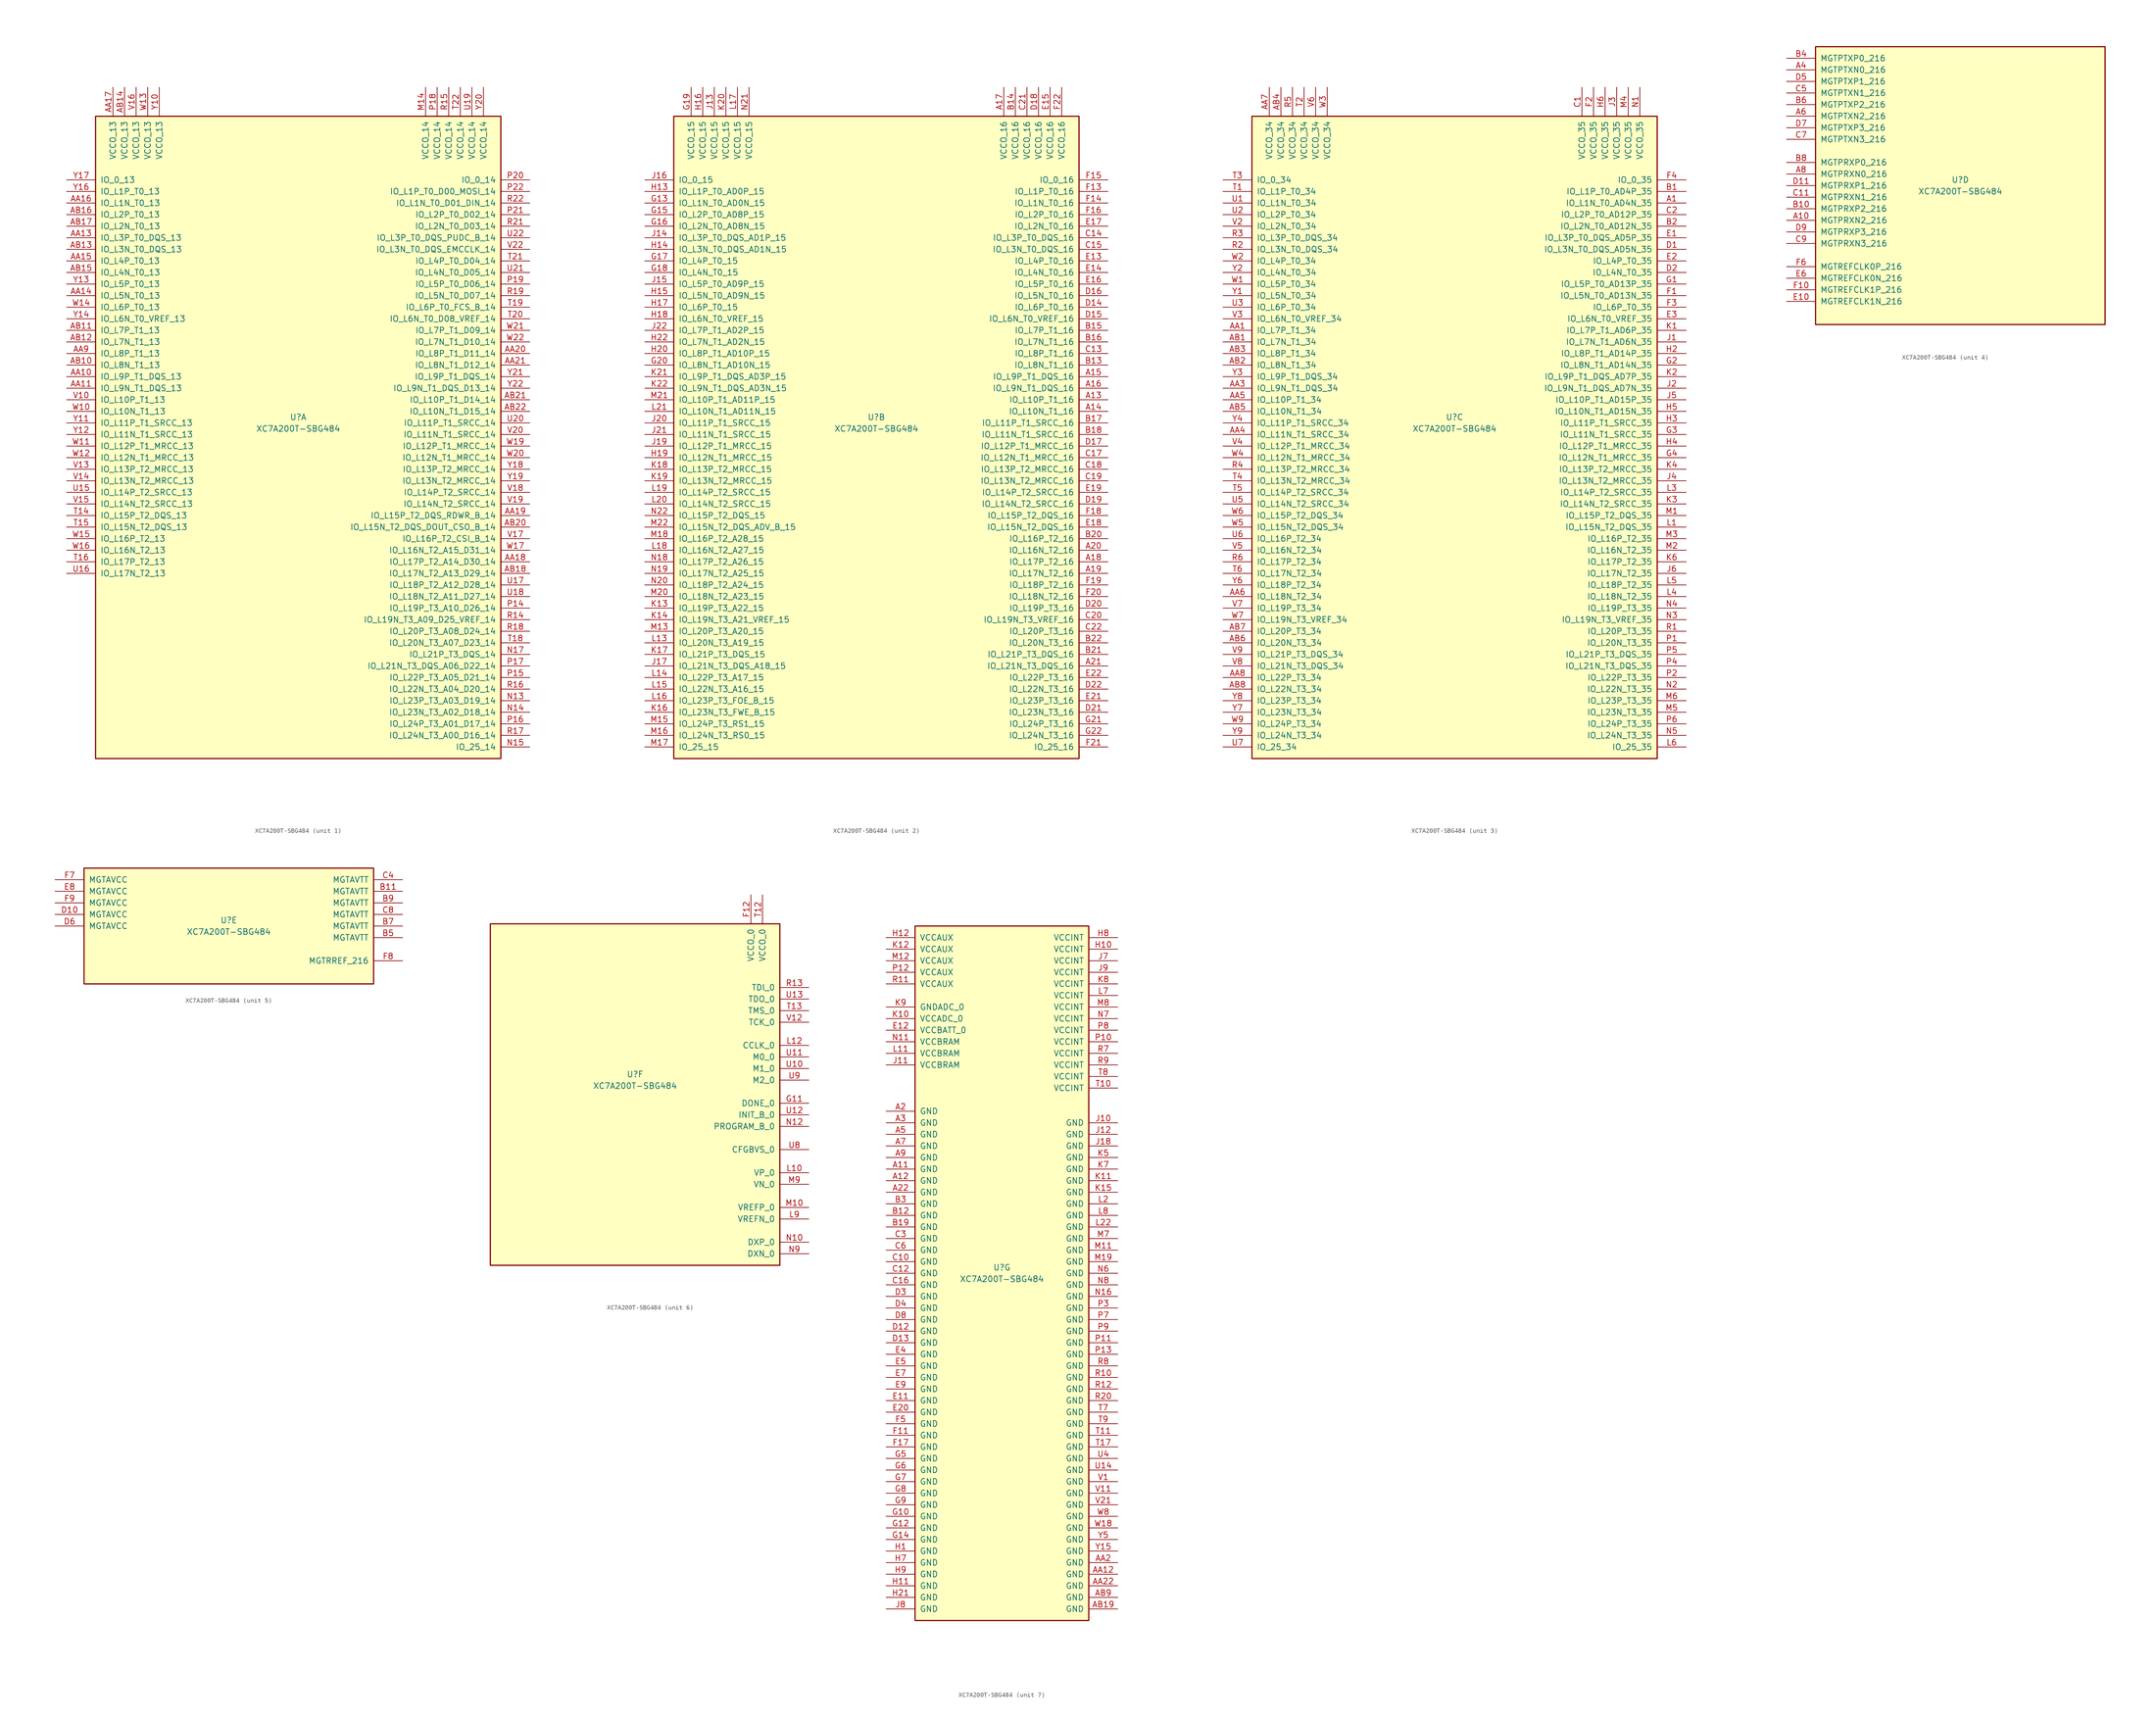
<source format=kicad_sym>
(kicad_symbol_lib
  (version 20241209)
  (generator "kicad_symbol_editor")
  (generator_version "9.0")
  (symbol "XC7A200T-SBG484"
    (pin_names
      (offset 1.016))
    (property "Reference" "U"
      (at 0 1.27 0)
      (effects (font (size 1.27 1.27))))
    (property "Value" "XC7A200T-SBG484"
      (at 0 -1.27 0)
      (effects (font (size 1.27 1.27))))
    (property "Datasheet" ""
      (at 0 0 0)
      (effects (font (size 1.27 1.27))))
    (property "ki_locked" ""
      (at 0 0 0)
      (effects (font (size 1.27 1.27))))
    (symbol "XC7A200T-SBG484_1_1"
      (rectangle (start -44.45 67.31) (end 44.45 -73.66) (stroke (width 0.254) (type default)) (fill (type background)))
      (pin bidirectional line (at -50.8 53.34 0) (length 6.35) (name "IO_0_13" (effects (font (size 1.27 1.27)))) (number "Y17" (effects (font (size 1.27 1.27)))))
      (pin bidirectional line (at -50.8 50.8 0) (length 6.35) (name "IO_L1P_T0_13" (effects (font (size 1.27 1.27)))) (number "Y16" (effects (font (size 1.27 1.27)))))
      (pin bidirectional line (at -50.8 48.26 0) (length 6.35) (name "IO_L1N_T0_13" (effects (font (size 1.27 1.27)))) (number "AA16" (effects (font (size 1.27 1.27)))))
      (pin bidirectional line (at -50.8 45.72 0) (length 6.35) (name "IO_L2P_T0_13" (effects (font (size 1.27 1.27)))) (number "AB16" (effects (font (size 1.27 1.27)))))
      (pin bidirectional line (at -50.8 43.18 0) (length 6.35) (name "IO_L2N_T0_13" (effects (font (size 1.27 1.27)))) (number "AB17" (effects (font (size 1.27 1.27)))))
      (pin bidirectional line (at -50.8 40.64 0) (length 6.35) (name "IO_L3P_T0_DQS_13" (effects (font (size 1.27 1.27)))) (number "AA13" (effects (font (size 1.27 1.27)))))
      (pin bidirectional line (at -50.8 38.1 0) (length 6.35) (name "IO_L3N_T0_DQS_13" (effects (font (size 1.27 1.27)))) (number "AB13" (effects (font (size 1.27 1.27)))))
      (pin bidirectional line (at -50.8 35.56 0) (length 6.35) (name "IO_L4P_T0_13" (effects (font (size 1.27 1.27)))) (number "AA15" (effects (font (size 1.27 1.27)))))
      (pin bidirectional line (at -50.8 33.02 0) (length 6.35) (name "IO_L4N_T0_13" (effects (font (size 1.27 1.27)))) (number "AB15" (effects (font (size 1.27 1.27)))))
      (pin bidirectional line (at -50.8 30.48 0) (length 6.35) (name "IO_L5P_T0_13" (effects (font (size 1.27 1.27)))) (number "Y13" (effects (font (size 1.27 1.27)))))
      (pin bidirectional line (at -50.8 27.94 0) (length 6.35) (name "IO_L5N_T0_13" (effects (font (size 1.27 1.27)))) (number "AA14" (effects (font (size 1.27 1.27)))))
      (pin bidirectional line (at -50.8 25.4 0) (length 6.35) (name "IO_L6P_T0_13" (effects (font (size 1.27 1.27)))) (number "W14" (effects (font (size 1.27 1.27)))))
      (pin bidirectional line (at -50.8 22.86 0) (length 6.35) (name "IO_L6N_T0_VREF_13" (effects (font (size 1.27 1.27)))) (number "Y14" (effects (font (size 1.27 1.27)))))
      (pin bidirectional line (at -50.8 20.32 0) (length 6.35) (name "IO_L7P_T1_13" (effects (font (size 1.27 1.27)))) (number "AB11" (effects (font (size 1.27 1.27)))))
      (pin bidirectional line (at -50.8 17.78 0) (length 6.35) (name "IO_L7N_T1_13" (effects (font (size 1.27 1.27)))) (number "AB12" (effects (font (size 1.27 1.27)))))
      (pin bidirectional line (at -50.8 15.24 0) (length 6.35) (name "IO_L8P_T1_13" (effects (font (size 1.27 1.27)))) (number "AA9" (effects (font (size 1.27 1.27)))))
      (pin bidirectional line (at -50.8 12.7 0) (length 6.35) (name "IO_L8N_T1_13" (effects (font (size 1.27 1.27)))) (number "AB10" (effects (font (size 1.27 1.27)))))
      (pin bidirectional line (at -50.8 10.16 0) (length 6.35) (name "IO_L9P_T1_DQS_13" (effects (font (size 1.27 1.27)))) (number "AA10" (effects (font (size 1.27 1.27)))))
      (pin bidirectional line (at -50.8 7.62 0) (length 6.35) (name "IO_L9N_T1_DQS_13" (effects (font (size 1.27 1.27)))) (number "AA11" (effects (font (size 1.27 1.27)))))
      (pin bidirectional line (at -50.8 5.08 0) (length 6.35) (name "IO_L10P_T1_13" (effects (font (size 1.27 1.27)))) (number "V10" (effects (font (size 1.27 1.27)))))
      (pin bidirectional line (at -50.8 2.54 0) (length 6.35) (name "IO_L10N_T1_13" (effects (font (size 1.27 1.27)))) (number "W10" (effects (font (size 1.27 1.27)))))
      (pin bidirectional line (at -50.8 0 0) (length 6.35) (name "IO_L11P_T1_SRCC_13" (effects (font (size 1.27 1.27)))) (number "Y11" (effects (font (size 1.27 1.27)))))
      (pin bidirectional line (at -50.8 -2.54 0) (length 6.35) (name "IO_L11N_T1_SRCC_13" (effects (font (size 1.27 1.27)))) (number "Y12" (effects (font (size 1.27 1.27)))))
      (pin bidirectional line (at -50.8 -5.08 0) (length 6.35) (name "IO_L12P_T1_MRCC_13" (effects (font (size 1.27 1.27)))) (number "W11" (effects (font (size 1.27 1.27)))))
      (pin bidirectional line (at -50.8 -7.62 0) (length 6.35) (name "IO_L12N_T1_MRCC_13" (effects (font (size 1.27 1.27)))) (number "W12" (effects (font (size 1.27 1.27)))))
      (pin bidirectional line (at -50.8 -10.16 0) (length 6.35) (name "IO_L13P_T2_MRCC_13" (effects (font (size 1.27 1.27)))) (number "V13" (effects (font (size 1.27 1.27)))))
      (pin bidirectional line (at -50.8 -12.7 0) (length 6.35) (name "IO_L13N_T2_MRCC_13" (effects (font (size 1.27 1.27)))) (number "V14" (effects (font (size 1.27 1.27)))))
      (pin bidirectional line (at -50.8 -15.24 0) (length 6.35) (name "IO_L14P_T2_SRCC_13" (effects (font (size 1.27 1.27)))) (number "U15" (effects (font (size 1.27 1.27)))))
      (pin bidirectional line (at -50.8 -17.78 0) (length 6.35) (name "IO_L14N_T2_SRCC_13" (effects (font (size 1.27 1.27)))) (number "V15" (effects (font (size 1.27 1.27)))))
      (pin bidirectional line (at -50.8 -20.32 0) (length 6.35) (name "IO_L15P_T2_DQS_13" (effects (font (size 1.27 1.27)))) (number "T14" (effects (font (size 1.27 1.27)))))
      (pin bidirectional line (at -50.8 -22.86 0) (length 6.35) (name "IO_L15N_T2_DQS_13" (effects (font (size 1.27 1.27)))) (number "T15" (effects (font (size 1.27 1.27)))))
      (pin bidirectional line (at -50.8 -25.4 0) (length 6.35) (name "IO_L16P_T2_13" (effects (font (size 1.27 1.27)))) (number "W15" (effects (font (size 1.27 1.27)))))
      (pin bidirectional line (at -50.8 -27.94 0) (length 6.35) (name "IO_L16N_T2_13" (effects (font (size 1.27 1.27)))) (number "W16" (effects (font (size 1.27 1.27)))))
      (pin bidirectional line (at -50.8 -30.48 0) (length 6.35) (name "IO_L17P_T2_13" (effects (font (size 1.27 1.27)))) (number "T16" (effects (font (size 1.27 1.27)))))
      (pin bidirectional line (at -50.8 -33.02 0) (length 6.35) (name "IO_L17N_T2_13" (effects (font (size 1.27 1.27)))) (number "U16" (effects (font (size 1.27 1.27)))))
      (pin power_in line (at -40.64 73.66 270) (length 6.35) (name "VCCO_13" (effects (font (size 1.27 1.27)))) (number "AA17" (effects (font (size 1.27 1.27)))))
      (pin power_in line (at -38.1 73.66 270) (length 6.35) (name "VCCO_13" (effects (font (size 1.27 1.27)))) (number "AB14" (effects (font (size 1.27 1.27)))))
      (pin power_in line (at -35.56 73.66 270) (length 6.35) (name "VCCO_13" (effects (font (size 1.27 1.27)))) (number "V16" (effects (font (size 1.27 1.27)))))
      (pin power_in line (at -33.02 73.66 270) (length 6.35) (name "VCCO_13" (effects (font (size 1.27 1.27)))) (number "W13" (effects (font (size 1.27 1.27)))))
      (pin power_in line (at -30.48 73.66 270) (length 6.35) (name "VCCO_13" (effects (font (size 1.27 1.27)))) (number "Y10" (effects (font (size 1.27 1.27)))))
      (pin power_in line (at 27.94 73.66 270) (length 6.35) (name "VCCO_14" (effects (font (size 1.27 1.27)))) (number "M14" (effects (font (size 1.27 1.27)))))
      (pin power_in line (at 30.48 73.66 270) (length 6.35) (name "VCCO_14" (effects (font (size 1.27 1.27)))) (number "P18" (effects (font (size 1.27 1.27)))))
      (pin power_in line (at 33.02 73.66 270) (length 6.35) (name "VCCO_14" (effects (font (size 1.27 1.27)))) (number "R15" (effects (font (size 1.27 1.27)))))
      (pin power_in line (at 35.56 73.66 270) (length 6.35) (name "VCCO_14" (effects (font (size 1.27 1.27)))) (number "T22" (effects (font (size 1.27 1.27)))))
      (pin power_in line (at 38.1 73.66 270) (length 6.35) (name "VCCO_14" (effects (font (size 1.27 1.27)))) (number "U19" (effects (font (size 1.27 1.27)))))
      (pin power_in line (at 40.64 73.66 270) (length 6.35) (name "VCCO_14" (effects (font (size 1.27 1.27)))) (number "Y20" (effects (font (size 1.27 1.27)))))
      (pin bidirectional line (at 50.8 53.34 180) (length 6.35) (name "IO_0_14" (effects (font (size 1.27 1.27)))) (number "P20" (effects (font (size 1.27 1.27)))))
      (pin bidirectional line (at 50.8 50.8 180) (length 6.35) (name "IO_L1P_T0_D00_MOSI_14" (effects (font (size 1.27 1.27)))) (number "P22" (effects (font (size 1.27 1.27)))))
      (pin bidirectional line (at 50.8 48.26 180) (length 6.35) (name "IO_L1N_T0_D01_DIN_14" (effects (font (size 1.27 1.27)))) (number "R22" (effects (font (size 1.27 1.27)))))
      (pin bidirectional line (at 50.8 45.72 180) (length 6.35) (name "IO_L2P_T0_D02_14" (effects (font (size 1.27 1.27)))) (number "P21" (effects (font (size 1.27 1.27)))))
      (pin bidirectional line (at 50.8 43.18 180) (length 6.35) (name "IO_L2N_T0_D03_14" (effects (font (size 1.27 1.27)))) (number "R21" (effects (font (size 1.27 1.27)))))
      (pin bidirectional line (at 50.8 40.64 180) (length 6.35) (name "IO_L3P_T0_DQS_PUDC_B_14" (effects (font (size 1.27 1.27)))) (number "U22" (effects (font (size 1.27 1.27)))))
      (pin bidirectional line (at 50.8 38.1 180) (length 6.35) (name "IO_L3N_T0_DQS_EMCCLK_14" (effects (font (size 1.27 1.27)))) (number "V22" (effects (font (size 1.27 1.27)))))
      (pin bidirectional line (at 50.8 35.56 180) (length 6.35) (name "IO_L4P_T0_D04_14" (effects (font (size 1.27 1.27)))) (number "T21" (effects (font (size 1.27 1.27)))))
      (pin bidirectional line (at 50.8 33.02 180) (length 6.35) (name "IO_L4N_T0_D05_14" (effects (font (size 1.27 1.27)))) (number "U21" (effects (font (size 1.27 1.27)))))
      (pin bidirectional line (at 50.8 30.48 180) (length 6.35) (name "IO_L5P_T0_D06_14" (effects (font (size 1.27 1.27)))) (number "P19" (effects (font (size 1.27 1.27)))))
      (pin bidirectional line (at 50.8 27.94 180) (length 6.35) (name "IO_L5N_T0_D07_14" (effects (font (size 1.27 1.27)))) (number "R19" (effects (font (size 1.27 1.27)))))
      (pin bidirectional line (at 50.8 25.4 180) (length 6.35) (name "IO_L6P_T0_FCS_B_14" (effects (font (size 1.27 1.27)))) (number "T19" (effects (font (size 1.27 1.27)))))
      (pin bidirectional line (at 50.8 22.86 180) (length 6.35) (name "IO_L6N_T0_D08_VREF_14" (effects (font (size 1.27 1.27)))) (number "T20" (effects (font (size 1.27 1.27)))))
      (pin bidirectional line (at 50.8 20.32 180) (length 6.35) (name "IO_L7P_T1_D09_14" (effects (font (size 1.27 1.27)))) (number "W21" (effects (font (size 1.27 1.27)))))
      (pin bidirectional line (at 50.8 17.78 180) (length 6.35) (name "IO_L7N_T1_D10_14" (effects (font (size 1.27 1.27)))) (number "W22" (effects (font (size 1.27 1.27)))))
      (pin bidirectional line (at 50.8 15.24 180) (length 6.35) (name "IO_L8P_T1_D11_14" (effects (font (size 1.27 1.27)))) (number "AA20" (effects (font (size 1.27 1.27)))))
      (pin bidirectional line (at 50.8 12.7 180) (length 6.35) (name "IO_L8N_T1_D12_14" (effects (font (size 1.27 1.27)))) (number "AA21" (effects (font (size 1.27 1.27)))))
      (pin bidirectional line (at 50.8 10.16 180) (length 6.35) (name "IO_L9P_T1_DQS_14" (effects (font (size 1.27 1.27)))) (number "Y21" (effects (font (size 1.27 1.27)))))
      (pin bidirectional line (at 50.8 7.62 180) (length 6.35) (name "IO_L9N_T1_DQS_D13_14" (effects (font (size 1.27 1.27)))) (number "Y22" (effects (font (size 1.27 1.27)))))
      (pin bidirectional line (at 50.8 5.08 180) (length 6.35) (name "IO_L10P_T1_D14_14" (effects (font (size 1.27 1.27)))) (number "AB21" (effects (font (size 1.27 1.27)))))
      (pin bidirectional line (at 50.8 2.54 180) (length 6.35) (name "IO_L10N_T1_D15_14" (effects (font (size 1.27 1.27)))) (number "AB22" (effects (font (size 1.27 1.27)))))
      (pin bidirectional line (at 50.8 0 180) (length 6.35) (name "IO_L11P_T1_SRCC_14" (effects (font (size 1.27 1.27)))) (number "U20" (effects (font (size 1.27 1.27)))))
      (pin bidirectional line (at 50.8 -2.54 180) (length 6.35) (name "IO_L11N_T1_SRCC_14" (effects (font (size 1.27 1.27)))) (number "V20" (effects (font (size 1.27 1.27)))))
      (pin bidirectional line (at 50.8 -5.08 180) (length 6.35) (name "IO_L12P_T1_MRCC_14" (effects (font (size 1.27 1.27)))) (number "W19" (effects (font (size 1.27 1.27)))))
      (pin bidirectional line (at 50.8 -7.62 180) (length 6.35) (name "IO_L12N_T1_MRCC_14" (effects (font (size 1.27 1.27)))) (number "W20" (effects (font (size 1.27 1.27)))))
      (pin bidirectional line (at 50.8 -10.16 180) (length 6.35) (name "IO_L13P_T2_MRCC_14" (effects (font (size 1.27 1.27)))) (number "Y18" (effects (font (size 1.27 1.27)))))
      (pin bidirectional line (at 50.8 -12.7 180) (length 6.35) (name "IO_L13N_T2_MRCC_14" (effects (font (size 1.27 1.27)))) (number "Y19" (effects (font (size 1.27 1.27)))))
      (pin bidirectional line (at 50.8 -15.24 180) (length 6.35) (name "IO_L14P_T2_SRCC_14" (effects (font (size 1.27 1.27)))) (number "V18" (effects (font (size 1.27 1.27)))))
      (pin bidirectional line (at 50.8 -17.78 180) (length 6.35) (name "IO_L14N_T2_SRCC_14" (effects (font (size 1.27 1.27)))) (number "V19" (effects (font (size 1.27 1.27)))))
      (pin bidirectional line (at 50.8 -20.32 180) (length 6.35) (name "IO_L15P_T2_DQS_RDWR_B_14" (effects (font (size 1.27 1.27)))) (number "AA19" (effects (font (size 1.27 1.27)))))
      (pin bidirectional line (at 50.8 -22.86 180) (length 6.35) (name "IO_L15N_T2_DQS_DOUT_CSO_B_14" (effects (font (size 1.27 1.27)))) (number "AB20" (effects (font (size 1.27 1.27)))))
      (pin bidirectional line (at 50.8 -25.4 180) (length 6.35) (name "IO_L16P_T2_CSI_B_14" (effects (font (size 1.27 1.27)))) (number "V17" (effects (font (size 1.27 1.27)))))
      (pin bidirectional line (at 50.8 -27.94 180) (length 6.35) (name "IO_L16N_T2_A15_D31_14" (effects (font (size 1.27 1.27)))) (number "W17" (effects (font (size 1.27 1.27)))))
      (pin bidirectional line (at 50.8 -30.48 180) (length 6.35) (name "IO_L17P_T2_A14_D30_14" (effects (font (size 1.27 1.27)))) (number "AA18" (effects (font (size 1.27 1.27)))))
      (pin bidirectional line (at 50.8 -33.02 180) (length 6.35) (name "IO_L17N_T2_A13_D29_14" (effects (font (size 1.27 1.27)))) (number "AB18" (effects (font (size 1.27 1.27)))))
      (pin bidirectional line (at 50.8 -35.56 180) (length 6.35) (name "IO_L18P_T2_A12_D28_14" (effects (font (size 1.27 1.27)))) (number "U17" (effects (font (size 1.27 1.27)))))
      (pin bidirectional line (at 50.8 -38.1 180) (length 6.35) (name "IO_L18N_T2_A11_D27_14" (effects (font (size 1.27 1.27)))) (number "U18" (effects (font (size 1.27 1.27)))))
      (pin bidirectional line (at 50.8 -40.64 180) (length 6.35) (name "IO_L19P_T3_A10_D26_14" (effects (font (size 1.27 1.27)))) (number "P14" (effects (font (size 1.27 1.27)))))
      (pin bidirectional line (at 50.8 -43.18 180) (length 6.35) (name "IO_L19N_T3_A09_D25_VREF_14" (effects (font (size 1.27 1.27)))) (number "R14" (effects (font (size 1.27 1.27)))))
      (pin bidirectional line (at 50.8 -45.72 180) (length 6.35) (name "IO_L20P_T3_A08_D24_14" (effects (font (size 1.27 1.27)))) (number "R18" (effects (font (size 1.27 1.27)))))
      (pin bidirectional line (at 50.8 -48.26 180) (length 6.35) (name "IO_L20N_T3_A07_D23_14" (effects (font (size 1.27 1.27)))) (number "T18" (effects (font (size 1.27 1.27)))))
      (pin bidirectional line (at 50.8 -50.8 180) (length 6.35) (name "IO_L21P_T3_DQS_14" (effects (font (size 1.27 1.27)))) (number "N17" (effects (font (size 1.27 1.27)))))
      (pin bidirectional line (at 50.8 -53.34 180) (length 6.35) (name "IO_L21N_T3_DQS_A06_D22_14" (effects (font (size 1.27 1.27)))) (number "P17" (effects (font (size 1.27 1.27)))))
      (pin bidirectional line (at 50.8 -55.88 180) (length 6.35) (name "IO_L22P_T3_A05_D21_14" (effects (font (size 1.27 1.27)))) (number "P15" (effects (font (size 1.27 1.27)))))
      (pin bidirectional line (at 50.8 -58.42 180) (length 6.35) (name "IO_L22N_T3_A04_D20_14" (effects (font (size 1.27 1.27)))) (number "R16" (effects (font (size 1.27 1.27)))))
      (pin bidirectional line (at 50.8 -60.96 180) (length 6.35) (name "IO_L23P_T3_A03_D19_14" (effects (font (size 1.27 1.27)))) (number "N13" (effects (font (size 1.27 1.27)))))
      (pin bidirectional line (at 50.8 -63.5 180) (length 6.35) (name "IO_L23N_T3_A02_D18_14" (effects (font (size 1.27 1.27)))) (number "N14" (effects (font (size 1.27 1.27)))))
      (pin bidirectional line (at 50.8 -66.04 180) (length 6.35) (name "IO_L24P_T3_A01_D17_14" (effects (font (size 1.27 1.27)))) (number "P16" (effects (font (size 1.27 1.27)))))
      (pin bidirectional line (at 50.8 -68.58 180) (length 6.35) (name "IO_L24N_T3_A00_D16_14" (effects (font (size 1.27 1.27)))) (number "R17" (effects (font (size 1.27 1.27)))))
      (pin bidirectional line (at 50.8 -71.12 180) (length 6.35) (name "IO_25_14" (effects (font (size 1.27 1.27)))) (number "N15" (effects (font (size 1.27 1.27))))))
    (symbol "XC7A200T-SBG484_2_1"
      (rectangle (start -44.45 67.31) (end 44.45 -73.66) (stroke (width 0.254) (type default)) (fill (type background)))
      (pin bidirectional line (at -50.8 53.34 0) (length 6.35) (name "IO_0_15" (effects (font (size 1.27 1.27)))) (number "J16" (effects (font (size 1.27 1.27)))))
      (pin bidirectional line (at -50.8 50.8 0) (length 6.35) (name "IO_L1P_T0_AD0P_15" (effects (font (size 1.27 1.27)))) (number "H13" (effects (font (size 1.27 1.27)))))
      (pin bidirectional line (at -50.8 48.26 0) (length 6.35) (name "IO_L1N_T0_AD0N_15" (effects (font (size 1.27 1.27)))) (number "G13" (effects (font (size 1.27 1.27)))))
      (pin bidirectional line (at -50.8 45.72 0) (length 6.35) (name "IO_L2P_T0_AD8P_15" (effects (font (size 1.27 1.27)))) (number "G15" (effects (font (size 1.27 1.27)))))
      (pin bidirectional line (at -50.8 43.18 0) (length 6.35) (name "IO_L2N_T0_AD8N_15" (effects (font (size 1.27 1.27)))) (number "G16" (effects (font (size 1.27 1.27)))))
      (pin bidirectional line (at -50.8 40.64 0) (length 6.35) (name "IO_L3P_T0_DQS_AD1P_15" (effects (font (size 1.27 1.27)))) (number "J14" (effects (font (size 1.27 1.27)))))
      (pin bidirectional line (at -50.8 38.1 0) (length 6.35) (name "IO_L3N_T0_DQS_AD1N_15" (effects (font (size 1.27 1.27)))) (number "H14" (effects (font (size 1.27 1.27)))))
      (pin bidirectional line (at -50.8 35.56 0) (length 6.35) (name "IO_L4P_T0_15" (effects (font (size 1.27 1.27)))) (number "G17" (effects (font (size 1.27 1.27)))))
      (pin bidirectional line (at -50.8 33.02 0) (length 6.35) (name "IO_L4N_T0_15" (effects (font (size 1.27 1.27)))) (number "G18" (effects (font (size 1.27 1.27)))))
      (pin bidirectional line (at -50.8 30.48 0) (length 6.35) (name "IO_L5P_T0_AD9P_15" (effects (font (size 1.27 1.27)))) (number "J15" (effects (font (size 1.27 1.27)))))
      (pin bidirectional line (at -50.8 27.94 0) (length 6.35) (name "IO_L5N_T0_AD9N_15" (effects (font (size 1.27 1.27)))) (number "H15" (effects (font (size 1.27 1.27)))))
      (pin bidirectional line (at -50.8 25.4 0) (length 6.35) (name "IO_L6P_T0_15" (effects (font (size 1.27 1.27)))) (number "H17" (effects (font (size 1.27 1.27)))))
      (pin bidirectional line (at -50.8 22.86 0) (length 6.35) (name "IO_L6N_T0_VREF_15" (effects (font (size 1.27 1.27)))) (number "H18" (effects (font (size 1.27 1.27)))))
      (pin bidirectional line (at -50.8 20.32 0) (length 6.35) (name "IO_L7P_T1_AD2P_15" (effects (font (size 1.27 1.27)))) (number "J22" (effects (font (size 1.27 1.27)))))
      (pin bidirectional line (at -50.8 17.78 0) (length 6.35) (name "IO_L7N_T1_AD2N_15" (effects (font (size 1.27 1.27)))) (number "H22" (effects (font (size 1.27 1.27)))))
      (pin bidirectional line (at -50.8 15.24 0) (length 6.35) (name "IO_L8P_T1_AD10P_15" (effects (font (size 1.27 1.27)))) (number "H20" (effects (font (size 1.27 1.27)))))
      (pin bidirectional line (at -50.8 12.7 0) (length 6.35) (name "IO_L8N_T1_AD10N_15" (effects (font (size 1.27 1.27)))) (number "G20" (effects (font (size 1.27 1.27)))))
      (pin bidirectional line (at -50.8 10.16 0) (length 6.35) (name "IO_L9P_T1_DQS_AD3P_15" (effects (font (size 1.27 1.27)))) (number "K21" (effects (font (size 1.27 1.27)))))
      (pin bidirectional line (at -50.8 7.62 0) (length 6.35) (name "IO_L9N_T1_DQS_AD3N_15" (effects (font (size 1.27 1.27)))) (number "K22" (effects (font (size 1.27 1.27)))))
      (pin bidirectional line (at -50.8 5.08 0) (length 6.35) (name "IO_L10P_T1_AD11P_15" (effects (font (size 1.27 1.27)))) (number "M21" (effects (font (size 1.27 1.27)))))
      (pin bidirectional line (at -50.8 2.54 0) (length 6.35) (name "IO_L10N_T1_AD11N_15" (effects (font (size 1.27 1.27)))) (number "L21" (effects (font (size 1.27 1.27)))))
      (pin bidirectional line (at -50.8 0 0) (length 6.35) (name "IO_L11P_T1_SRCC_15" (effects (font (size 1.27 1.27)))) (number "J20" (effects (font (size 1.27 1.27)))))
      (pin bidirectional line (at -50.8 -2.54 0) (length 6.35) (name "IO_L11N_T1_SRCC_15" (effects (font (size 1.27 1.27)))) (number "J21" (effects (font (size 1.27 1.27)))))
      (pin bidirectional line (at -50.8 -5.08 0) (length 6.35) (name "IO_L12P_T1_MRCC_15" (effects (font (size 1.27 1.27)))) (number "J19" (effects (font (size 1.27 1.27)))))
      (pin bidirectional line (at -50.8 -7.62 0) (length 6.35) (name "IO_L12N_T1_MRCC_15" (effects (font (size 1.27 1.27)))) (number "H19" (effects (font (size 1.27 1.27)))))
      (pin bidirectional line (at -50.8 -10.16 0) (length 6.35) (name "IO_L13P_T2_MRCC_15" (effects (font (size 1.27 1.27)))) (number "K18" (effects (font (size 1.27 1.27)))))
      (pin bidirectional line (at -50.8 -12.7 0) (length 6.35) (name "IO_L13N_T2_MRCC_15" (effects (font (size 1.27 1.27)))) (number "K19" (effects (font (size 1.27 1.27)))))
      (pin bidirectional line (at -50.8 -15.24 0) (length 6.35) (name "IO_L14P_T2_SRCC_15" (effects (font (size 1.27 1.27)))) (number "L19" (effects (font (size 1.27 1.27)))))
      (pin bidirectional line (at -50.8 -17.78 0) (length 6.35) (name "IO_L14N_T2_SRCC_15" (effects (font (size 1.27 1.27)))) (number "L20" (effects (font (size 1.27 1.27)))))
      (pin bidirectional line (at -50.8 -20.32 0) (length 6.35) (name "IO_L15P_T2_DQS_15" (effects (font (size 1.27 1.27)))) (number "N22" (effects (font (size 1.27 1.27)))))
      (pin bidirectional line (at -50.8 -22.86 0) (length 6.35) (name "IO_L15N_T2_DQS_ADV_B_15" (effects (font (size 1.27 1.27)))) (number "M22" (effects (font (size 1.27 1.27)))))
      (pin bidirectional line (at -50.8 -25.4 0) (length 6.35) (name "IO_L16P_T2_A28_15" (effects (font (size 1.27 1.27)))) (number "M18" (effects (font (size 1.27 1.27)))))
      (pin bidirectional line (at -50.8 -27.94 0) (length 6.35) (name "IO_L16N_T2_A27_15" (effects (font (size 1.27 1.27)))) (number "L18" (effects (font (size 1.27 1.27)))))
      (pin bidirectional line (at -50.8 -30.48 0) (length 6.35) (name "IO_L17P_T2_A26_15" (effects (font (size 1.27 1.27)))) (number "N18" (effects (font (size 1.27 1.27)))))
      (pin bidirectional line (at -50.8 -33.02 0) (length 6.35) (name "IO_L17N_T2_A25_15" (effects (font (size 1.27 1.27)))) (number "N19" (effects (font (size 1.27 1.27)))))
      (pin bidirectional line (at -50.8 -35.56 0) (length 6.35) (name "IO_L18P_T2_A24_15" (effects (font (size 1.27 1.27)))) (number "N20" (effects (font (size 1.27 1.27)))))
      (pin bidirectional line (at -50.8 -38.1 0) (length 6.35) (name "IO_L18N_T2_A23_15" (effects (font (size 1.27 1.27)))) (number "M20" (effects (font (size 1.27 1.27)))))
      (pin bidirectional line (at -50.8 -40.64 0) (length 6.35) (name "IO_L19P_T3_A22_15" (effects (font (size 1.27 1.27)))) (number "K13" (effects (font (size 1.27 1.27)))))
      (pin bidirectional line (at -50.8 -43.18 0) (length 6.35) (name "IO_L19N_T3_A21_VREF_15" (effects (font (size 1.27 1.27)))) (number "K14" (effects (font (size 1.27 1.27)))))
      (pin bidirectional line (at -50.8 -45.72 0) (length 6.35) (name "IO_L20P_T3_A20_15" (effects (font (size 1.27 1.27)))) (number "M13" (effects (font (size 1.27 1.27)))))
      (pin bidirectional line (at -50.8 -48.26 0) (length 6.35) (name "IO_L20N_T3_A19_15" (effects (font (size 1.27 1.27)))) (number "L13" (effects (font (size 1.27 1.27)))))
      (pin bidirectional line (at -50.8 -50.8 0) (length 6.35) (name "IO_L21P_T3_DQS_15" (effects (font (size 1.27 1.27)))) (number "K17" (effects (font (size 1.27 1.27)))))
      (pin bidirectional line (at -50.8 -53.34 0) (length 6.35) (name "IO_L21N_T3_DQS_A18_15" (effects (font (size 1.27 1.27)))) (number "J17" (effects (font (size 1.27 1.27)))))
      (pin bidirectional line (at -50.8 -55.88 0) (length 6.35) (name "IO_L22P_T3_A17_15" (effects (font (size 1.27 1.27)))) (number "L14" (effects (font (size 1.27 1.27)))))
      (pin bidirectional line (at -50.8 -58.42 0) (length 6.35) (name "IO_L22N_T3_A16_15" (effects (font (size 1.27 1.27)))) (number "L15" (effects (font (size 1.27 1.27)))))
      (pin bidirectional line (at -50.8 -60.96 0) (length 6.35) (name "IO_L23P_T3_FOE_B_15" (effects (font (size 1.27 1.27)))) (number "L16" (effects (font (size 1.27 1.27)))))
      (pin bidirectional line (at -50.8 -63.5 0) (length 6.35) (name "IO_L23N_T3_FWE_B_15" (effects (font (size 1.27 1.27)))) (number "K16" (effects (font (size 1.27 1.27)))))
      (pin bidirectional line (at -50.8 -66.04 0) (length 6.35) (name "IO_L24P_T3_RS1_15" (effects (font (size 1.27 1.27)))) (number "M15" (effects (font (size 1.27 1.27)))))
      (pin bidirectional line (at -50.8 -68.58 0) (length 6.35) (name "IO_L24N_T3_RS0_15" (effects (font (size 1.27 1.27)))) (number "M16" (effects (font (size 1.27 1.27)))))
      (pin bidirectional line (at -50.8 -71.12 0) (length 6.35) (name "IO_25_15" (effects (font (size 1.27 1.27)))) (number "M17" (effects (font (size 1.27 1.27)))))
      (pin power_in line (at -40.64 73.66 270) (length 6.35) (name "VCCO_15" (effects (font (size 1.27 1.27)))) (number "G19" (effects (font (size 1.27 1.27)))))
      (pin power_in line (at -38.1 73.66 270) (length 6.35) (name "VCCO_15" (effects (font (size 1.27 1.27)))) (number "H16" (effects (font (size 1.27 1.27)))))
      (pin power_in line (at -35.56 73.66 270) (length 6.35) (name "VCCO_15" (effects (font (size 1.27 1.27)))) (number "J13" (effects (font (size 1.27 1.27)))))
      (pin power_in line (at -33.02 73.66 270) (length 6.35) (name "VCCO_15" (effects (font (size 1.27 1.27)))) (number "K20" (effects (font (size 1.27 1.27)))))
      (pin power_in line (at -30.48 73.66 270) (length 6.35) (name "VCCO_15" (effects (font (size 1.27 1.27)))) (number "L17" (effects (font (size 1.27 1.27)))))
      (pin power_in line (at -27.94 73.66 270) (length 6.35) (name "VCCO_15" (effects (font (size 1.27 1.27)))) (number "N21" (effects (font (size 1.27 1.27)))))
      (pin power_in line (at 27.94 73.66 270) (length 6.35) (name "VCCO_16" (effects (font (size 1.27 1.27)))) (number "A17" (effects (font (size 1.27 1.27)))))
      (pin power_in line (at 30.48 73.66 270) (length 6.35) (name "VCCO_16" (effects (font (size 1.27 1.27)))) (number "B14" (effects (font (size 1.27 1.27)))))
      (pin power_in line (at 33.02 73.66 270) (length 6.35) (name "VCCO_16" (effects (font (size 1.27 1.27)))) (number "C21" (effects (font (size 1.27 1.27)))))
      (pin power_in line (at 35.56 73.66 270) (length 6.35) (name "VCCO_16" (effects (font (size 1.27 1.27)))) (number "D18" (effects (font (size 1.27 1.27)))))
      (pin power_in line (at 38.1 73.66 270) (length 6.35) (name "VCCO_16" (effects (font (size 1.27 1.27)))) (number "E15" (effects (font (size 1.27 1.27)))))
      (pin power_in line (at 40.64 73.66 270) (length 6.35) (name "VCCO_16" (effects (font (size 1.27 1.27)))) (number "F22" (effects (font (size 1.27 1.27)))))
      (pin bidirectional line (at 50.8 53.34 180) (length 6.35) (name "IO_0_16" (effects (font (size 1.27 1.27)))) (number "F15" (effects (font (size 1.27 1.27)))))
      (pin bidirectional line (at 50.8 50.8 180) (length 6.35) (name "IO_L1P_T0_16" (effects (font (size 1.27 1.27)))) (number "F13" (effects (font (size 1.27 1.27)))))
      (pin bidirectional line (at 50.8 48.26 180) (length 6.35) (name "IO_L1N_T0_16" (effects (font (size 1.27 1.27)))) (number "F14" (effects (font (size 1.27 1.27)))))
      (pin bidirectional line (at 50.8 45.72 180) (length 6.35) (name "IO_L2P_T0_16" (effects (font (size 1.27 1.27)))) (number "F16" (effects (font (size 1.27 1.27)))))
      (pin bidirectional line (at 50.8 43.18 180) (length 6.35) (name "IO_L2N_T0_16" (effects (font (size 1.27 1.27)))) (number "E17" (effects (font (size 1.27 1.27)))))
      (pin bidirectional line (at 50.8 40.64 180) (length 6.35) (name "IO_L3P_T0_DQS_16" (effects (font (size 1.27 1.27)))) (number "C14" (effects (font (size 1.27 1.27)))))
      (pin bidirectional line (at 50.8 38.1 180) (length 6.35) (name "IO_L3N_T0_DQS_16" (effects (font (size 1.27 1.27)))) (number "C15" (effects (font (size 1.27 1.27)))))
      (pin bidirectional line (at 50.8 35.56 180) (length 6.35) (name "IO_L4P_T0_16" (effects (font (size 1.27 1.27)))) (number "E13" (effects (font (size 1.27 1.27)))))
      (pin bidirectional line (at 50.8 33.02 180) (length 6.35) (name "IO_L4N_T0_16" (effects (font (size 1.27 1.27)))) (number "E14" (effects (font (size 1.27 1.27)))))
      (pin bidirectional line (at 50.8 30.48 180) (length 6.35) (name "IO_L5P_T0_16" (effects (font (size 1.27 1.27)))) (number "E16" (effects (font (size 1.27 1.27)))))
      (pin bidirectional line (at 50.8 27.94 180) (length 6.35) (name "IO_L5N_T0_16" (effects (font (size 1.27 1.27)))) (number "D16" (effects (font (size 1.27 1.27)))))
      (pin bidirectional line (at 50.8 25.4 180) (length 6.35) (name "IO_L6P_T0_16" (effects (font (size 1.27 1.27)))) (number "D14" (effects (font (size 1.27 1.27)))))
      (pin bidirectional line (at 50.8 22.86 180) (length 6.35) (name "IO_L6N_T0_VREF_16" (effects (font (size 1.27 1.27)))) (number "D15" (effects (font (size 1.27 1.27)))))
      (pin bidirectional line (at 50.8 20.32 180) (length 6.35) (name "IO_L7P_T1_16" (effects (font (size 1.27 1.27)))) (number "B15" (effects (font (size 1.27 1.27)))))
      (pin bidirectional line (at 50.8 17.78 180) (length 6.35) (name "IO_L7N_T1_16" (effects (font (size 1.27 1.27)))) (number "B16" (effects (font (size 1.27 1.27)))))
      (pin bidirectional line (at 50.8 15.24 180) (length 6.35) (name "IO_L8P_T1_16" (effects (font (size 1.27 1.27)))) (number "C13" (effects (font (size 1.27 1.27)))))
      (pin bidirectional line (at 50.8 12.7 180) (length 6.35) (name "IO_L8N_T1_16" (effects (font (size 1.27 1.27)))) (number "B13" (effects (font (size 1.27 1.27)))))
      (pin bidirectional line (at 50.8 10.16 180) (length 6.35) (name "IO_L9P_T1_DQS_16" (effects (font (size 1.27 1.27)))) (number "A15" (effects (font (size 1.27 1.27)))))
      (pin bidirectional line (at 50.8 7.62 180) (length 6.35) (name "IO_L9N_T1_DQS_16" (effects (font (size 1.27 1.27)))) (number "A16" (effects (font (size 1.27 1.27)))))
      (pin bidirectional line (at 50.8 5.08 180) (length 6.35) (name "IO_L10P_T1_16" (effects (font (size 1.27 1.27)))) (number "A13" (effects (font (size 1.27 1.27)))))
      (pin bidirectional line (at 50.8 2.54 180) (length 6.35) (name "IO_L10N_T1_16" (effects (font (size 1.27 1.27)))) (number "A14" (effects (font (size 1.27 1.27)))))
      (pin bidirectional line (at 50.8 0 180) (length 6.35) (name "IO_L11P_T1_SRCC_16" (effects (font (size 1.27 1.27)))) (number "B17" (effects (font (size 1.27 1.27)))))
      (pin bidirectional line (at 50.8 -2.54 180) (length 6.35) (name "IO_L11N_T1_SRCC_16" (effects (font (size 1.27 1.27)))) (number "B18" (effects (font (size 1.27 1.27)))))
      (pin bidirectional line (at 50.8 -5.08 180) (length 6.35) (name "IO_L12P_T1_MRCC_16" (effects (font (size 1.27 1.27)))) (number "D17" (effects (font (size 1.27 1.27)))))
      (pin bidirectional line (at 50.8 -7.62 180) (length 6.35) (name "IO_L12N_T1_MRCC_16" (effects (font (size 1.27 1.27)))) (number "C17" (effects (font (size 1.27 1.27)))))
      (pin bidirectional line (at 50.8 -10.16 180) (length 6.35) (name "IO_L13P_T2_MRCC_16" (effects (font (size 1.27 1.27)))) (number "C18" (effects (font (size 1.27 1.27)))))
      (pin bidirectional line (at 50.8 -12.7 180) (length 6.35) (name "IO_L13N_T2_MRCC_16" (effects (font (size 1.27 1.27)))) (number "C19" (effects (font (size 1.27 1.27)))))
      (pin bidirectional line (at 50.8 -15.24 180) (length 6.35) (name "IO_L14P_T2_SRCC_16" (effects (font (size 1.27 1.27)))) (number "E19" (effects (font (size 1.27 1.27)))))
      (pin bidirectional line (at 50.8 -17.78 180) (length 6.35) (name "IO_L14N_T2_SRCC_16" (effects (font (size 1.27 1.27)))) (number "D19" (effects (font (size 1.27 1.27)))))
      (pin bidirectional line (at 50.8 -20.32 180) (length 6.35) (name "IO_L15P_T2_DQS_16" (effects (font (size 1.27 1.27)))) (number "F18" (effects (font (size 1.27 1.27)))))
      (pin bidirectional line (at 50.8 -22.86 180) (length 6.35) (name "IO_L15N_T2_DQS_16" (effects (font (size 1.27 1.27)))) (number "E18" (effects (font (size 1.27 1.27)))))
      (pin bidirectional line (at 50.8 -25.4 180) (length 6.35) (name "IO_L16P_T2_16" (effects (font (size 1.27 1.27)))) (number "B20" (effects (font (size 1.27 1.27)))))
      (pin bidirectional line (at 50.8 -27.94 180) (length 6.35) (name "IO_L16N_T2_16" (effects (font (size 1.27 1.27)))) (number "A20" (effects (font (size 1.27 1.27)))))
      (pin bidirectional line (at 50.8 -30.48 180) (length 6.35) (name "IO_L17P_T2_16" (effects (font (size 1.27 1.27)))) (number "A18" (effects (font (size 1.27 1.27)))))
      (pin bidirectional line (at 50.8 -33.02 180) (length 6.35) (name "IO_L17N_T2_16" (effects (font (size 1.27 1.27)))) (number "A19" (effects (font (size 1.27 1.27)))))
      (pin bidirectional line (at 50.8 -35.56 180) (length 6.35) (name "IO_L18P_T2_16" (effects (font (size 1.27 1.27)))) (number "F19" (effects (font (size 1.27 1.27)))))
      (pin bidirectional line (at 50.8 -38.1 180) (length 6.35) (name "IO_L18N_T2_16" (effects (font (size 1.27 1.27)))) (number "F20" (effects (font (size 1.27 1.27)))))
      (pin bidirectional line (at 50.8 -40.64 180) (length 6.35) (name "IO_L19P_T3_16" (effects (font (size 1.27 1.27)))) (number "D20" (effects (font (size 1.27 1.27)))))
      (pin bidirectional line (at 50.8 -43.18 180) (length 6.35) (name "IO_L19N_T3_VREF_16" (effects (font (size 1.27 1.27)))) (number "C20" (effects (font (size 1.27 1.27)))))
      (pin bidirectional line (at 50.8 -45.72 180) (length 6.35) (name "IO_L20P_T3_16" (effects (font (size 1.27 1.27)))) (number "C22" (effects (font (size 1.27 1.27)))))
      (pin bidirectional line (at 50.8 -48.26 180) (length 6.35) (name "IO_L20N_T3_16" (effects (font (size 1.27 1.27)))) (number "B22" (effects (font (size 1.27 1.27)))))
      (pin bidirectional line (at 50.8 -50.8 180) (length 6.35) (name "IO_L21P_T3_DQS_16" (effects (font (size 1.27 1.27)))) (number "B21" (effects (font (size 1.27 1.27)))))
      (pin bidirectional line (at 50.8 -53.34 180) (length 6.35) (name "IO_L21N_T3_DQS_16" (effects (font (size 1.27 1.27)))) (number "A21" (effects (font (size 1.27 1.27)))))
      (pin bidirectional line (at 50.8 -55.88 180) (length 6.35) (name "IO_L22P_T3_16" (effects (font (size 1.27 1.27)))) (number "E22" (effects (font (size 1.27 1.27)))))
      (pin bidirectional line (at 50.8 -58.42 180) (length 6.35) (name "IO_L22N_T3_16" (effects (font (size 1.27 1.27)))) (number "D22" (effects (font (size 1.27 1.27)))))
      (pin bidirectional line (at 50.8 -60.96 180) (length 6.35) (name "IO_L23P_T3_16" (effects (font (size 1.27 1.27)))) (number "E21" (effects (font (size 1.27 1.27)))))
      (pin bidirectional line (at 50.8 -63.5 180) (length 6.35) (name "IO_L23N_T3_16" (effects (font (size 1.27 1.27)))) (number "D21" (effects (font (size 1.27 1.27)))))
      (pin bidirectional line (at 50.8 -66.04 180) (length 6.35) (name "IO_L24P_T3_16" (effects (font (size 1.27 1.27)))) (number "G21" (effects (font (size 1.27 1.27)))))
      (pin bidirectional line (at 50.8 -68.58 180) (length 6.35) (name "IO_L24N_T3_16" (effects (font (size 1.27 1.27)))) (number "G22" (effects (font (size 1.27 1.27)))))
      (pin bidirectional line (at 50.8 -71.12 180) (length 6.35) (name "IO_25_16" (effects (font (size 1.27 1.27)))) (number "F21" (effects (font (size 1.27 1.27))))))
    (symbol "XC7A200T-SBG484_3_1"
      (rectangle (start -44.45 67.31) (end 44.45 -73.66) (stroke (width 0.254) (type default)) (fill (type background)))
      (pin bidirectional line (at -50.8 53.34 0) (length 6.35) (name "IO_0_34" (effects (font (size 1.27 1.27)))) (number "T3" (effects (font (size 1.27 1.27)))))
      (pin bidirectional line (at -50.8 50.8 0) (length 6.35) (name "IO_L1P_T0_34" (effects (font (size 1.27 1.27)))) (number "T1" (effects (font (size 1.27 1.27)))))
      (pin bidirectional line (at -50.8 48.26 0) (length 6.35) (name "IO_L1N_T0_34" (effects (font (size 1.27 1.27)))) (number "U1" (effects (font (size 1.27 1.27)))))
      (pin bidirectional line (at -50.8 45.72 0) (length 6.35) (name "IO_L2P_T0_34" (effects (font (size 1.27 1.27)))) (number "U2" (effects (font (size 1.27 1.27)))))
      (pin bidirectional line (at -50.8 43.18 0) (length 6.35) (name "IO_L2N_T0_34" (effects (font (size 1.27 1.27)))) (number "V2" (effects (font (size 1.27 1.27)))))
      (pin bidirectional line (at -50.8 40.64 0) (length 6.35) (name "IO_L3P_T0_DQS_34" (effects (font (size 1.27 1.27)))) (number "R3" (effects (font (size 1.27 1.27)))))
      (pin bidirectional line (at -50.8 38.1 0) (length 6.35) (name "IO_L3N_T0_DQS_34" (effects (font (size 1.27 1.27)))) (number "R2" (effects (font (size 1.27 1.27)))))
      (pin bidirectional line (at -50.8 35.56 0) (length 6.35) (name "IO_L4P_T0_34" (effects (font (size 1.27 1.27)))) (number "W2" (effects (font (size 1.27 1.27)))))
      (pin bidirectional line (at -50.8 33.02 0) (length 6.35) (name "IO_L4N_T0_34" (effects (font (size 1.27 1.27)))) (number "Y2" (effects (font (size 1.27 1.27)))))
      (pin bidirectional line (at -50.8 30.48 0) (length 6.35) (name "IO_L5P_T0_34" (effects (font (size 1.27 1.27)))) (number "W1" (effects (font (size 1.27 1.27)))))
      (pin bidirectional line (at -50.8 27.94 0) (length 6.35) (name "IO_L5N_T0_34" (effects (font (size 1.27 1.27)))) (number "Y1" (effects (font (size 1.27 1.27)))))
      (pin bidirectional line (at -50.8 25.4 0) (length 6.35) (name "IO_L6P_T0_34" (effects (font (size 1.27 1.27)))) (number "U3" (effects (font (size 1.27 1.27)))))
      (pin bidirectional line (at -50.8 22.86 0) (length 6.35) (name "IO_L6N_T0_VREF_34" (effects (font (size 1.27 1.27)))) (number "V3" (effects (font (size 1.27 1.27)))))
      (pin bidirectional line (at -50.8 20.32 0) (length 6.35) (name "IO_L7P_T1_34" (effects (font (size 1.27 1.27)))) (number "AA1" (effects (font (size 1.27 1.27)))))
      (pin bidirectional line (at -50.8 17.78 0) (length 6.35) (name "IO_L7N_T1_34" (effects (font (size 1.27 1.27)))) (number "AB1" (effects (font (size 1.27 1.27)))))
      (pin bidirectional line (at -50.8 15.24 0) (length 6.35) (name "IO_L8P_T1_34" (effects (font (size 1.27 1.27)))) (number "AB3" (effects (font (size 1.27 1.27)))))
      (pin bidirectional line (at -50.8 12.7 0) (length 6.35) (name "IO_L8N_T1_34" (effects (font (size 1.27 1.27)))) (number "AB2" (effects (font (size 1.27 1.27)))))
      (pin bidirectional line (at -50.8 10.16 0) (length 6.35) (name "IO_L9P_T1_DQS_34" (effects (font (size 1.27 1.27)))) (number "Y3" (effects (font (size 1.27 1.27)))))
      (pin bidirectional line (at -50.8 7.62 0) (length 6.35) (name "IO_L9N_T1_DQS_34" (effects (font (size 1.27 1.27)))) (number "AA3" (effects (font (size 1.27 1.27)))))
      (pin bidirectional line (at -50.8 5.08 0) (length 6.35) (name "IO_L10P_T1_34" (effects (font (size 1.27 1.27)))) (number "AA5" (effects (font (size 1.27 1.27)))))
      (pin bidirectional line (at -50.8 2.54 0) (length 6.35) (name "IO_L10N_T1_34" (effects (font (size 1.27 1.27)))) (number "AB5" (effects (font (size 1.27 1.27)))))
      (pin bidirectional line (at -50.8 0 0) (length 6.35) (name "IO_L11P_T1_SRCC_34" (effects (font (size 1.27 1.27)))) (number "Y4" (effects (font (size 1.27 1.27)))))
      (pin bidirectional line (at -50.8 -2.54 0) (length 6.35) (name "IO_L11N_T1_SRCC_34" (effects (font (size 1.27 1.27)))) (number "AA4" (effects (font (size 1.27 1.27)))))
      (pin bidirectional line (at -50.8 -5.08 0) (length 6.35) (name "IO_L12P_T1_MRCC_34" (effects (font (size 1.27 1.27)))) (number "V4" (effects (font (size 1.27 1.27)))))
      (pin bidirectional line (at -50.8 -7.62 0) (length 6.35) (name "IO_L12N_T1_MRCC_34" (effects (font (size 1.27 1.27)))) (number "W4" (effects (font (size 1.27 1.27)))))
      (pin bidirectional line (at -50.8 -10.16 0) (length 6.35) (name "IO_L13P_T2_MRCC_34" (effects (font (size 1.27 1.27)))) (number "R4" (effects (font (size 1.27 1.27)))))
      (pin bidirectional line (at -50.8 -12.7 0) (length 6.35) (name "IO_L13N_T2_MRCC_34" (effects (font (size 1.27 1.27)))) (number "T4" (effects (font (size 1.27 1.27)))))
      (pin bidirectional line (at -50.8 -15.24 0) (length 6.35) (name "IO_L14P_T2_SRCC_34" (effects (font (size 1.27 1.27)))) (number "T5" (effects (font (size 1.27 1.27)))))
      (pin bidirectional line (at -50.8 -17.78 0) (length 6.35) (name "IO_L14N_T2_SRCC_34" (effects (font (size 1.27 1.27)))) (number "U5" (effects (font (size 1.27 1.27)))))
      (pin bidirectional line (at -50.8 -20.32 0) (length 6.35) (name "IO_L15P_T2_DQS_34" (effects (font (size 1.27 1.27)))) (number "W6" (effects (font (size 1.27 1.27)))))
      (pin bidirectional line (at -50.8 -22.86 0) (length 6.35) (name "IO_L15N_T2_DQS_34" (effects (font (size 1.27 1.27)))) (number "W5" (effects (font (size 1.27 1.27)))))
      (pin bidirectional line (at -50.8 -25.4 0) (length 6.35) (name "IO_L16P_T2_34" (effects (font (size 1.27 1.27)))) (number "U6" (effects (font (size 1.27 1.27)))))
      (pin bidirectional line (at -50.8 -27.94 0) (length 6.35) (name "IO_L16N_T2_34" (effects (font (size 1.27 1.27)))) (number "V5" (effects (font (size 1.27 1.27)))))
      (pin bidirectional line (at -50.8 -30.48 0) (length 6.35) (name "IO_L17P_T2_34" (effects (font (size 1.27 1.27)))) (number "R6" (effects (font (size 1.27 1.27)))))
      (pin bidirectional line (at -50.8 -33.02 0) (length 6.35) (name "IO_L17N_T2_34" (effects (font (size 1.27 1.27)))) (number "T6" (effects (font (size 1.27 1.27)))))
      (pin bidirectional line (at -50.8 -35.56 0) (length 6.35) (name "IO_L18P_T2_34" (effects (font (size 1.27 1.27)))) (number "Y6" (effects (font (size 1.27 1.27)))))
      (pin bidirectional line (at -50.8 -38.1 0) (length 6.35) (name "IO_L18N_T2_34" (effects (font (size 1.27 1.27)))) (number "AA6" (effects (font (size 1.27 1.27)))))
      (pin bidirectional line (at -50.8 -40.64 0) (length 6.35) (name "IO_L19P_T3_34" (effects (font (size 1.27 1.27)))) (number "V7" (effects (font (size 1.27 1.27)))))
      (pin bidirectional line (at -50.8 -43.18 0) (length 6.35) (name "IO_L19N_T3_VREF_34" (effects (font (size 1.27 1.27)))) (number "W7" (effects (font (size 1.27 1.27)))))
      (pin bidirectional line (at -50.8 -45.72 0) (length 6.35) (name "IO_L20P_T3_34" (effects (font (size 1.27 1.27)))) (number "AB7" (effects (font (size 1.27 1.27)))))
      (pin bidirectional line (at -50.8 -48.26 0) (length 6.35) (name "IO_L20N_T3_34" (effects (font (size 1.27 1.27)))) (number "AB6" (effects (font (size 1.27 1.27)))))
      (pin bidirectional line (at -50.8 -50.8 0) (length 6.35) (name "IO_L21P_T3_DQS_34" (effects (font (size 1.27 1.27)))) (number "V9" (effects (font (size 1.27 1.27)))))
      (pin bidirectional line (at -50.8 -53.34 0) (length 6.35) (name "IO_L21N_T3_DQS_34" (effects (font (size 1.27 1.27)))) (number "V8" (effects (font (size 1.27 1.27)))))
      (pin bidirectional line (at -50.8 -55.88 0) (length 6.35) (name "IO_L22P_T3_34" (effects (font (size 1.27 1.27)))) (number "AA8" (effects (font (size 1.27 1.27)))))
      (pin bidirectional line (at -50.8 -58.42 0) (length 6.35) (name "IO_L22N_T3_34" (effects (font (size 1.27 1.27)))) (number "AB8" (effects (font (size 1.27 1.27)))))
      (pin bidirectional line (at -50.8 -60.96 0) (length 6.35) (name "IO_L23P_T3_34" (effects (font (size 1.27 1.27)))) (number "Y8" (effects (font (size 1.27 1.27)))))
      (pin bidirectional line (at -50.8 -63.5 0) (length 6.35) (name "IO_L23N_T3_34" (effects (font (size 1.27 1.27)))) (number "Y7" (effects (font (size 1.27 1.27)))))
      (pin bidirectional line (at -50.8 -66.04 0) (length 6.35) (name "IO_L24P_T3_34" (effects (font (size 1.27 1.27)))) (number "W9" (effects (font (size 1.27 1.27)))))
      (pin bidirectional line (at -50.8 -68.58 0) (length 6.35) (name "IO_L24N_T3_34" (effects (font (size 1.27 1.27)))) (number "Y9" (effects (font (size 1.27 1.27)))))
      (pin bidirectional line (at -50.8 -71.12 0) (length 6.35) (name "IO_25_34" (effects (font (size 1.27 1.27)))) (number "U7" (effects (font (size 1.27 1.27)))))
      (pin power_in line (at -40.64 73.66 270) (length 6.35) (name "VCCO_34" (effects (font (size 1.27 1.27)))) (number "AA7" (effects (font (size 1.27 1.27)))))
      (pin power_in line (at -38.1 73.66 270) (length 6.35) (name "VCCO_34" (effects (font (size 1.27 1.27)))) (number "AB4" (effects (font (size 1.27 1.27)))))
      (pin power_in line (at -35.56 73.66 270) (length 6.35) (name "VCCO_34" (effects (font (size 1.27 1.27)))) (number "R5" (effects (font (size 1.27 1.27)))))
      (pin power_in line (at -33.02 73.66 270) (length 6.35) (name "VCCO_34" (effects (font (size 1.27 1.27)))) (number "T2" (effects (font (size 1.27 1.27)))))
      (pin power_in line (at -30.48 73.66 270) (length 6.35) (name "VCCO_34" (effects (font (size 1.27 1.27)))) (number "V6" (effects (font (size 1.27 1.27)))))
      (pin power_in line (at -27.94 73.66 270) (length 6.35) (name "VCCO_34" (effects (font (size 1.27 1.27)))) (number "W3" (effects (font (size 1.27 1.27)))))
      (pin power_in line (at 27.94 73.66 270) (length 6.35) (name "VCCO_35" (effects (font (size 1.27 1.27)))) (number "C1" (effects (font (size 1.27 1.27)))))
      (pin power_in line (at 30.48 73.66 270) (length 6.35) (name "VCCO_35" (effects (font (size 1.27 1.27)))) (number "F2" (effects (font (size 1.27 1.27)))))
      (pin power_in line (at 33.02 73.66 270) (length 6.35) (name "VCCO_35" (effects (font (size 1.27 1.27)))) (number "H6" (effects (font (size 1.27 1.27)))))
      (pin power_in line (at 35.56 73.66 270) (length 6.35) (name "VCCO_35" (effects (font (size 1.27 1.27)))) (number "J3" (effects (font (size 1.27 1.27)))))
      (pin power_in line (at 38.1 73.66 270) (length 6.35) (name "VCCO_35" (effects (font (size 1.27 1.27)))) (number "M4" (effects (font (size 1.27 1.27)))))
      (pin power_in line (at 40.64 73.66 270) (length 6.35) (name "VCCO_35" (effects (font (size 1.27 1.27)))) (number "N1" (effects (font (size 1.27 1.27)))))
      (pin bidirectional line (at 50.8 53.34 180) (length 6.35) (name "IO_0_35" (effects (font (size 1.27 1.27)))) (number "F4" (effects (font (size 1.27 1.27)))))
      (pin bidirectional line (at 50.8 50.8 180) (length 6.35) (name "IO_L1P_T0_AD4P_35" (effects (font (size 1.27 1.27)))) (number "B1" (effects (font (size 1.27 1.27)))))
      (pin bidirectional line (at 50.8 48.26 180) (length 6.35) (name "IO_L1N_T0_AD4N_35" (effects (font (size 1.27 1.27)))) (number "A1" (effects (font (size 1.27 1.27)))))
      (pin bidirectional line (at 50.8 45.72 180) (length 6.35) (name "IO_L2P_T0_AD12P_35" (effects (font (size 1.27 1.27)))) (number "C2" (effects (font (size 1.27 1.27)))))
      (pin bidirectional line (at 50.8 43.18 180) (length 6.35) (name "IO_L2N_T0_AD12N_35" (effects (font (size 1.27 1.27)))) (number "B2" (effects (font (size 1.27 1.27)))))
      (pin bidirectional line (at 50.8 40.64 180) (length 6.35) (name "IO_L3P_T0_DQS_AD5P_35" (effects (font (size 1.27 1.27)))) (number "E1" (effects (font (size 1.27 1.27)))))
      (pin bidirectional line (at 50.8 38.1 180) (length 6.35) (name "IO_L3N_T0_DQS_AD5N_35" (effects (font (size 1.27 1.27)))) (number "D1" (effects (font (size 1.27 1.27)))))
      (pin bidirectional line (at 50.8 35.56 180) (length 6.35) (name "IO_L4P_T0_35" (effects (font (size 1.27 1.27)))) (number "E2" (effects (font (size 1.27 1.27)))))
      (pin bidirectional line (at 50.8 33.02 180) (length 6.35) (name "IO_L4N_T0_35" (effects (font (size 1.27 1.27)))) (number "D2" (effects (font (size 1.27 1.27)))))
      (pin bidirectional line (at 50.8 30.48 180) (length 6.35) (name "IO_L5P_T0_AD13P_35" (effects (font (size 1.27 1.27)))) (number "G1" (effects (font (size 1.27 1.27)))))
      (pin bidirectional line (at 50.8 27.94 180) (length 6.35) (name "IO_L5N_T0_AD13N_35" (effects (font (size 1.27 1.27)))) (number "F1" (effects (font (size 1.27 1.27)))))
      (pin bidirectional line (at 50.8 25.4 180) (length 6.35) (name "IO_L6P_T0_35" (effects (font (size 1.27 1.27)))) (number "F3" (effects (font (size 1.27 1.27)))))
      (pin bidirectional line (at 50.8 22.86 180) (length 6.35) (name "IO_L6N_T0_VREF_35" (effects (font (size 1.27 1.27)))) (number "E3" (effects (font (size 1.27 1.27)))))
      (pin bidirectional line (at 50.8 20.32 180) (length 6.35) (name "IO_L7P_T1_AD6P_35" (effects (font (size 1.27 1.27)))) (number "K1" (effects (font (size 1.27 1.27)))))
      (pin bidirectional line (at 50.8 17.78 180) (length 6.35) (name "IO_L7N_T1_AD6N_35" (effects (font (size 1.27 1.27)))) (number "J1" (effects (font (size 1.27 1.27)))))
      (pin bidirectional line (at 50.8 15.24 180) (length 6.35) (name "IO_L8P_T1_AD14P_35" (effects (font (size 1.27 1.27)))) (number "H2" (effects (font (size 1.27 1.27)))))
      (pin bidirectional line (at 50.8 12.7 180) (length 6.35) (name "IO_L8N_T1_AD14N_35" (effects (font (size 1.27 1.27)))) (number "G2" (effects (font (size 1.27 1.27)))))
      (pin bidirectional line (at 50.8 10.16 180) (length 6.35) (name "IO_L9P_T1_DQS_AD7P_35" (effects (font (size 1.27 1.27)))) (number "K2" (effects (font (size 1.27 1.27)))))
      (pin bidirectional line (at 50.8 7.62 180) (length 6.35) (name "IO_L9N_T1_DQS_AD7N_35" (effects (font (size 1.27 1.27)))) (number "J2" (effects (font (size 1.27 1.27)))))
      (pin bidirectional line (at 50.8 5.08 180) (length 6.35) (name "IO_L10P_T1_AD15P_35" (effects (font (size 1.27 1.27)))) (number "J5" (effects (font (size 1.27 1.27)))))
      (pin bidirectional line (at 50.8 2.54 180) (length 6.35) (name "IO_L10N_T1_AD15N_35" (effects (font (size 1.27 1.27)))) (number "H5" (effects (font (size 1.27 1.27)))))
      (pin bidirectional line (at 50.8 0 180) (length 6.35) (name "IO_L11P_T1_SRCC_35" (effects (font (size 1.27 1.27)))) (number "H3" (effects (font (size 1.27 1.27)))))
      (pin bidirectional line (at 50.8 -2.54 180) (length 6.35) (name "IO_L11N_T1_SRCC_35" (effects (font (size 1.27 1.27)))) (number "G3" (effects (font (size 1.27 1.27)))))
      (pin bidirectional line (at 50.8 -5.08 180) (length 6.35) (name "IO_L12P_T1_MRCC_35" (effects (font (size 1.27 1.27)))) (number "H4" (effects (font (size 1.27 1.27)))))
      (pin bidirectional line (at 50.8 -7.62 180) (length 6.35) (name "IO_L12N_T1_MRCC_35" (effects (font (size 1.27 1.27)))) (number "G4" (effects (font (size 1.27 1.27)))))
      (pin bidirectional line (at 50.8 -10.16 180) (length 6.35) (name "IO_L13P_T2_MRCC_35" (effects (font (size 1.27 1.27)))) (number "K4" (effects (font (size 1.27 1.27)))))
      (pin bidirectional line (at 50.8 -12.7 180) (length 6.35) (name "IO_L13N_T2_MRCC_35" (effects (font (size 1.27 1.27)))) (number "J4" (effects (font (size 1.27 1.27)))))
      (pin bidirectional line (at 50.8 -15.24 180) (length 6.35) (name "IO_L14P_T2_SRCC_35" (effects (font (size 1.27 1.27)))) (number "L3" (effects (font (size 1.27 1.27)))))
      (pin bidirectional line (at 50.8 -17.78 180) (length 6.35) (name "IO_L14N_T2_SRCC_35" (effects (font (size 1.27 1.27)))) (number "K3" (effects (font (size 1.27 1.27)))))
      (pin bidirectional line (at 50.8 -20.32 180) (length 6.35) (name "IO_L15P_T2_DQS_35" (effects (font (size 1.27 1.27)))) (number "M1" (effects (font (size 1.27 1.27)))))
      (pin bidirectional line (at 50.8 -22.86 180) (length 6.35) (name "IO_L15N_T2_DQS_35" (effects (font (size 1.27 1.27)))) (number "L1" (effects (font (size 1.27 1.27)))))
      (pin bidirectional line (at 50.8 -25.4 180) (length 6.35) (name "IO_L16P_T2_35" (effects (font (size 1.27 1.27)))) (number "M3" (effects (font (size 1.27 1.27)))))
      (pin bidirectional line (at 50.8 -27.94 180) (length 6.35) (name "IO_L16N_T2_35" (effects (font (size 1.27 1.27)))) (number "M2" (effects (font (size 1.27 1.27)))))
      (pin bidirectional line (at 50.8 -30.48 180) (length 6.35) (name "IO_L17P_T2_35" (effects (font (size 1.27 1.27)))) (number "K6" (effects (font (size 1.27 1.27)))))
      (pin bidirectional line (at 50.8 -33.02 180) (length 6.35) (name "IO_L17N_T2_35" (effects (font (size 1.27 1.27)))) (number "J6" (effects (font (size 1.27 1.27)))))
      (pin bidirectional line (at 50.8 -35.56 180) (length 6.35) (name "IO_L18P_T2_35" (effects (font (size 1.27 1.27)))) (number "L5" (effects (font (size 1.27 1.27)))))
      (pin bidirectional line (at 50.8 -38.1 180) (length 6.35) (name "IO_L18N_T2_35" (effects (font (size 1.27 1.27)))) (number "L4" (effects (font (size 1.27 1.27)))))
      (pin bidirectional line (at 50.8 -40.64 180) (length 6.35) (name "IO_L19P_T3_35" (effects (font (size 1.27 1.27)))) (number "N4" (effects (font (size 1.27 1.27)))))
      (pin bidirectional line (at 50.8 -43.18 180) (length 6.35) (name "IO_L19N_T3_VREF_35" (effects (font (size 1.27 1.27)))) (number "N3" (effects (font (size 1.27 1.27)))))
      (pin bidirectional line (at 50.8 -45.72 180) (length 6.35) (name "IO_L20P_T3_35" (effects (font (size 1.27 1.27)))) (number "R1" (effects (font (size 1.27 1.27)))))
      (pin bidirectional line (at 50.8 -48.26 180) (length 6.35) (name "IO_L20N_T3_35" (effects (font (size 1.27 1.27)))) (number "P1" (effects (font (size 1.27 1.27)))))
      (pin bidirectional line (at 50.8 -50.8 180) (length 6.35) (name "IO_L21P_T3_DQS_35" (effects (font (size 1.27 1.27)))) (number "P5" (effects (font (size 1.27 1.27)))))
      (pin bidirectional line (at 50.8 -53.34 180) (length 6.35) (name "IO_L21N_T3_DQS_35" (effects (font (size 1.27 1.27)))) (number "P4" (effects (font (size 1.27 1.27)))))
      (pin bidirectional line (at 50.8 -55.88 180) (length 6.35) (name "IO_L22P_T3_35" (effects (font (size 1.27 1.27)))) (number "P2" (effects (font (size 1.27 1.27)))))
      (pin bidirectional line (at 50.8 -58.42 180) (length 6.35) (name "IO_L22N_T3_35" (effects (font (size 1.27 1.27)))) (number "N2" (effects (font (size 1.27 1.27)))))
      (pin bidirectional line (at 50.8 -60.96 180) (length 6.35) (name "IO_L23P_T3_35" (effects (font (size 1.27 1.27)))) (number "M6" (effects (font (size 1.27 1.27)))))
      (pin bidirectional line (at 50.8 -63.5 180) (length 6.35) (name "IO_L23N_T3_35" (effects (font (size 1.27 1.27)))) (number "M5" (effects (font (size 1.27 1.27)))))
      (pin bidirectional line (at 50.8 -66.04 180) (length 6.35) (name "IO_L24P_T3_35" (effects (font (size 1.27 1.27)))) (number "P6" (effects (font (size 1.27 1.27)))))
      (pin bidirectional line (at 50.8 -68.58 180) (length 6.35) (name "IO_L24N_T3_35" (effects (font (size 1.27 1.27)))) (number "N5" (effects (font (size 1.27 1.27)))))
      (pin bidirectional line (at 50.8 -71.12 180) (length 6.35) (name "IO_25_35" (effects (font (size 1.27 1.27)))) (number "L6" (effects (font (size 1.27 1.27))))))
    (symbol "XC7A200T-SBG484_4_1"
      (rectangle (start -31.75 30.48) (end 31.75 -30.48) (stroke (width 0.254) (type default)) (fill (type background)))
      (pin bidirectional line (at -38.1 27.94 0) (length 6.35) (name "MGTPTXP0_216" (effects (font (size 1.27 1.27)))) (number "B4" (effects (font (size 1.27 1.27)))))
      (pin bidirectional line (at -38.1 25.4 0) (length 6.35) (name "MGTPTXN0_216" (effects (font (size 1.27 1.27)))) (number "A4" (effects (font (size 1.27 1.27)))))
      (pin bidirectional line (at -38.1 22.86 0) (length 6.35) (name "MGTPTXP1_216" (effects (font (size 1.27 1.27)))) (number "D5" (effects (font (size 1.27 1.27)))))
      (pin bidirectional line (at -38.1 20.32 0) (length 6.35) (name "MGTPTXN1_216" (effects (font (size 1.27 1.27)))) (number "C5" (effects (font (size 1.27 1.27)))))
      (pin bidirectional line (at -38.1 17.78 0) (length 6.35) (name "MGTPTXP2_216" (effects (font (size 1.27 1.27)))) (number "B6" (effects (font (size 1.27 1.27)))))
      (pin bidirectional line (at -38.1 15.24 0) (length 6.35) (name "MGTPTXN2_216" (effects (font (size 1.27 1.27)))) (number "A6" (effects (font (size 1.27 1.27)))))
      (pin bidirectional line (at -38.1 12.7 0) (length 6.35) (name "MGTPTXP3_216" (effects (font (size 1.27 1.27)))) (number "D7" (effects (font (size 1.27 1.27)))))
      (pin bidirectional line (at -38.1 10.16 0) (length 6.35) (name "MGTPTXN3_216" (effects (font (size 1.27 1.27)))) (number "C7" (effects (font (size 1.27 1.27)))))
      (pin bidirectional line (at -38.1 5.08 0) (length 6.35) (name "MGTPRXP0_216" (effects (font (size 1.27 1.27)))) (number "B8" (effects (font (size 1.27 1.27)))))
      (pin bidirectional line (at -38.1 2.54 0) (length 6.35) (name "MGTPRXN0_216" (effects (font (size 1.27 1.27)))) (number "A8" (effects (font (size 1.27 1.27)))))
      (pin bidirectional line (at -38.1 0 0) (length 6.35) (name "MGTPRXP1_216" (effects (font (size 1.27 1.27)))) (number "D11" (effects (font (size 1.27 1.27)))))
      (pin bidirectional line (at -38.1 -2.54 0) (length 6.35) (name "MGTPRXN1_216" (effects (font (size 1.27 1.27)))) (number "C11" (effects (font (size 1.27 1.27)))))
      (pin bidirectional line (at -38.1 -5.08 0) (length 6.35) (name "MGTPRXP2_216" (effects (font (size 1.27 1.27)))) (number "B10" (effects (font (size 1.27 1.27)))))
      (pin bidirectional line (at -38.1 -7.62 0) (length 6.35) (name "MGTPRXN2_216" (effects (font (size 1.27 1.27)))) (number "A10" (effects (font (size 1.27 1.27)))))
      (pin bidirectional line (at -38.1 -10.16 0) (length 6.35) (name "MGTPRXP3_216" (effects (font (size 1.27 1.27)))) (number "D9" (effects (font (size 1.27 1.27)))))
      (pin bidirectional line (at -38.1 -12.7 0) (length 6.35) (name "MGTPRXN3_216" (effects (font (size 1.27 1.27)))) (number "C9" (effects (font (size 1.27 1.27)))))
      (pin bidirectional line (at -38.1 -17.78 0) (length 6.35) (name "MGTREFCLK0P_216" (effects (font (size 1.27 1.27)))) (number "F6" (effects (font (size 1.27 1.27)))))
      (pin bidirectional line (at -38.1 -20.32 0) (length 6.35) (name "MGTREFCLK0N_216" (effects (font (size 1.27 1.27)))) (number "E6" (effects (font (size 1.27 1.27)))))
      (pin bidirectional line (at -38.1 -22.86 0) (length 6.35) (name "MGTREFCLK1P_216" (effects (font (size 1.27 1.27)))) (number "F10" (effects (font (size 1.27 1.27)))))
      (pin bidirectional line (at -38.1 -25.4 0) (length 6.35) (name "MGTREFCLK1N_216" (effects (font (size 1.27 1.27)))) (number "E10" (effects (font (size 1.27 1.27))))))
    (symbol "XC7A200T-SBG484_5_1"
      (rectangle (start -31.75 12.7) (end 31.75 -12.7) (stroke (width 0.254) (type default)) (fill (type background)))
      (pin power_in line (at -38.1 10.16 0) (length 6.35) (name "MGTAVCC" (effects (font (size 1.27 1.27)))) (number "F7" (effects (font (size 1.27 1.27)))))
      (pin power_in line (at -38.1 7.62 0) (length 6.35) (name "MGTAVCC" (effects (font (size 1.27 1.27)))) (number "E8" (effects (font (size 1.27 1.27)))))
      (pin power_in line (at -38.1 5.08 0) (length 6.35) (name "MGTAVCC" (effects (font (size 1.27 1.27)))) (number "F9" (effects (font (size 1.27 1.27)))))
      (pin power_in line (at -38.1 2.54 0) (length 6.35) (name "MGTAVCC" (effects (font (size 1.27 1.27)))) (number "D10" (effects (font (size 1.27 1.27)))))
      (pin power_in line (at -38.1 0 0) (length 6.35) (name "MGTAVCC" (effects (font (size 1.27 1.27)))) (number "D6" (effects (font (size 1.27 1.27)))))
      (pin power_in line (at 38.1 10.16 180) (length 6.35) (name "MGTAVTT" (effects (font (size 1.27 1.27)))) (number "C4" (effects (font (size 1.27 1.27)))))
      (pin power_in line (at 38.1 7.62 180) (length 6.35) (name "MGTAVTT" (effects (font (size 1.27 1.27)))) (number "B11" (effects (font (size 1.27 1.27)))))
      (pin power_in line (at 38.1 5.08 180) (length 6.35) (name "MGTAVTT" (effects (font (size 1.27 1.27)))) (number "B9" (effects (font (size 1.27 1.27)))))
      (pin power_in line (at 38.1 2.54 180) (length 6.35) (name "MGTAVTT" (effects (font (size 1.27 1.27)))) (number "C8" (effects (font (size 1.27 1.27)))))
      (pin power_in line (at 38.1 0 180) (length 6.35) (name "MGTAVTT" (effects (font (size 1.27 1.27)))) (number "B7" (effects (font (size 1.27 1.27)))))
      (pin power_in line (at 38.1 -2.54 180) (length 6.35) (name "MGTAVTT" (effects (font (size 1.27 1.27)))) (number "B5" (effects (font (size 1.27 1.27)))))
      (pin power_in line (at 38.1 -7.62 180) (length 6.35) (name "MGTRREF_216" (effects (font (size 1.27 1.27)))) (number "F8" (effects (font (size 1.27 1.27))))))
    (symbol "XC7A200T-SBG484_6_1"
      (rectangle (start -31.75 34.29) (end 31.75 -40.64) (stroke (width 0.254) (type default)) (fill (type background)))
      (pin power_in line (at 25.4 40.64 270) (length 6.35) (name "VCCO_0" (effects (font (size 1.27 1.27)))) (number "F12" (effects (font (size 1.27 1.27)))))
      (pin power_in line (at 27.94 40.64 270) (length 6.35) (name "VCCO_0" (effects (font (size 1.27 1.27)))) (number "T12" (effects (font (size 1.27 1.27)))))
      (pin bidirectional line (at 38.1 20.32 180) (length 6.35) (name "TDI_0" (effects (font (size 1.27 1.27)))) (number "R13" (effects (font (size 1.27 1.27)))))
      (pin bidirectional line (at 38.1 17.78 180) (length 6.35) (name "TDO_0" (effects (font (size 1.27 1.27)))) (number "U13" (effects (font (size 1.27 1.27)))))
      (pin bidirectional line (at 38.1 15.24 180) (length 6.35) (name "TMS_0" (effects (font (size 1.27 1.27)))) (number "T13" (effects (font (size 1.27 1.27)))))
      (pin bidirectional line (at 38.1 12.7 180) (length 6.35) (name "TCK_0" (effects (font (size 1.27 1.27)))) (number "V12" (effects (font (size 1.27 1.27)))))
      (pin bidirectional line (at 38.1 7.62 180) (length 6.35) (name "CCLK_0" (effects (font (size 1.27 1.27)))) (number "L12" (effects (font (size 1.27 1.27)))))
      (pin bidirectional line (at 38.1 5.08 180) (length 6.35) (name "M0_0" (effects (font (size 1.27 1.27)))) (number "U11" (effects (font (size 1.27 1.27)))))
      (pin bidirectional line (at 38.1 2.54 180) (length 6.35) (name "M1_0" (effects (font (size 1.27 1.27)))) (number "U10" (effects (font (size 1.27 1.27)))))
      (pin bidirectional line (at 38.1 0 180) (length 6.35) (name "M2_0" (effects (font (size 1.27 1.27)))) (number "U9" (effects (font (size 1.27 1.27)))))
      (pin bidirectional line (at 38.1 -5.08 180) (length 6.35) (name "DONE_0" (effects (font (size 1.27 1.27)))) (number "G11" (effects (font (size 1.27 1.27)))))
      (pin bidirectional line (at 38.1 -7.62 180) (length 6.35) (name "INIT_B_0" (effects (font (size 1.27 1.27)))) (number "U12" (effects (font (size 1.27 1.27)))))
      (pin bidirectional line (at 38.1 -10.16 180) (length 6.35) (name "PROGRAM_B_0" (effects (font (size 1.27 1.27)))) (number "N12" (effects (font (size 1.27 1.27)))))
      (pin bidirectional line (at 38.1 -15.24 180) (length 6.35) (name "CFGBVS_0" (effects (font (size 1.27 1.27)))) (number "U8" (effects (font (size 1.27 1.27)))))
      (pin bidirectional line (at 38.1 -20.32 180) (length 6.35) (name "VP_0" (effects (font (size 1.27 1.27)))) (number "L10" (effects (font (size 1.27 1.27)))))
      (pin bidirectional line (at 38.1 -22.86 180) (length 6.35) (name "VN_0" (effects (font (size 1.27 1.27)))) (number "M9" (effects (font (size 1.27 1.27)))))
      (pin bidirectional line (at 38.1 -27.94 180) (length 6.35) (name "VREFP_0" (effects (font (size 1.27 1.27)))) (number "M10" (effects (font (size 1.27 1.27)))))
      (pin bidirectional line (at 38.1 -30.48 180) (length 6.35) (name "VREFN_0" (effects (font (size 1.27 1.27)))) (number "L9" (effects (font (size 1.27 1.27)))))
      (pin bidirectional line (at 38.1 -35.56 180) (length 6.35) (name "DXP_0" (effects (font (size 1.27 1.27)))) (number "N10" (effects (font (size 1.27 1.27)))))
      (pin bidirectional line (at 38.1 -38.1 180) (length 6.35) (name "DXN_0" (effects (font (size 1.27 1.27)))) (number "N9" (effects (font (size 1.27 1.27))))))
    (symbol "XC7A200T-SBG484_7_1"
      (rectangle (start -19.05 76.2) (end 19.05 -76.2) (stroke (width 0.254) (type default)) (fill (type background)))
      (pin power_in line (at -25.4 73.66 0) (length 6.35) (name "VCCAUX" (effects (font (size 1.27 1.27)))) (number "H12" (effects (font (size 1.27 1.27)))))
      (pin power_in line (at -25.4 71.12 0) (length 6.35) (name "VCCAUX" (effects (font (size 1.27 1.27)))) (number "K12" (effects (font (size 1.27 1.27)))))
      (pin power_in line (at -25.4 68.58 0) (length 6.35) (name "VCCAUX" (effects (font (size 1.27 1.27)))) (number "M12" (effects (font (size 1.27 1.27)))))
      (pin power_in line (at -25.4 66.04 0) (length 6.35) (name "VCCAUX" (effects (font (size 1.27 1.27)))) (number "P12" (effects (font (size 1.27 1.27)))))
      (pin power_in line (at -25.4 63.5 0) (length 6.35) (name "VCCAUX" (effects (font (size 1.27 1.27)))) (number "R11" (effects (font (size 1.27 1.27)))))
      (pin power_in line (at -25.4 58.42 0) (length 6.35) (name "GNDADC_0" (effects (font (size 1.27 1.27)))) (number "K9" (effects (font (size 1.27 1.27)))))
      (pin power_in line (at -25.4 55.88 0) (length 6.35) (name "VCCADC_0" (effects (font (size 1.27 1.27)))) (number "K10" (effects (font (size 1.27 1.27)))))
      (pin power_in line (at -25.4 53.34 0) (length 6.35) (name "VCCBATT_0" (effects (font (size 1.27 1.27)))) (number "E12" (effects (font (size 1.27 1.27)))))
      (pin power_in line (at -25.4 50.8 0) (length 6.35) (name "VCCBRAM" (effects (font (size 1.27 1.27)))) (number "N11" (effects (font (size 1.27 1.27)))))
      (pin power_in line (at -25.4 48.26 0) (length 6.35) (name "VCCBRAM" (effects (font (size 1.27 1.27)))) (number "L11" (effects (font (size 1.27 1.27)))))
      (pin power_in line (at -25.4 45.72 0) (length 6.35) (name "VCCBRAM" (effects (font (size 1.27 1.27)))) (number "J11" (effects (font (size 1.27 1.27)))))
      (pin power_in line (at -25.4 35.56 0) (length 6.35) (name "GND" (effects (font (size 1.27 1.27)))) (number "A2" (effects (font (size 1.27 1.27)))))
      (pin power_in line (at -25.4 33.02 0) (length 6.35) (name "GND" (effects (font (size 1.27 1.27)))) (number "A3" (effects (font (size 1.27 1.27)))))
      (pin power_in line (at -25.4 30.48 0) (length 6.35) (name "GND" (effects (font (size 1.27 1.27)))) (number "A5" (effects (font (size 1.27 1.27)))))
      (pin power_in line (at -25.4 27.94 0) (length 6.35) (name "GND" (effects (font (size 1.27 1.27)))) (number "A7" (effects (font (size 1.27 1.27)))))
      (pin power_in line (at -25.4 25.4 0) (length 6.35) (name "GND" (effects (font (size 1.27 1.27)))) (number "A9" (effects (font (size 1.27 1.27)))))
      (pin power_in line (at -25.4 22.86 0) (length 6.35) (name "GND" (effects (font (size 1.27 1.27)))) (number "A11" (effects (font (size 1.27 1.27)))))
      (pin power_in line (at -25.4 20.32 0) (length 6.35) (name "GND" (effects (font (size 1.27 1.27)))) (number "A12" (effects (font (size 1.27 1.27)))))
      (pin power_in line (at -25.4 17.78 0) (length 6.35) (name "GND" (effects (font (size 1.27 1.27)))) (number "A22" (effects (font (size 1.27 1.27)))))
      (pin power_in line (at -25.4 15.24 0) (length 6.35) (name "GND" (effects (font (size 1.27 1.27)))) (number "B3" (effects (font (size 1.27 1.27)))))
      (pin power_in line (at -25.4 12.7 0) (length 6.35) (name "GND" (effects (font (size 1.27 1.27)))) (number "B12" (effects (font (size 1.27 1.27)))))
      (pin power_in line (at -25.4 10.16 0) (length 6.35) (name "GND" (effects (font (size 1.27 1.27)))) (number "B19" (effects (font (size 1.27 1.27)))))
      (pin power_in line (at -25.4 7.62 0) (length 6.35) (name "GND" (effects (font (size 1.27 1.27)))) (number "C3" (effects (font (size 1.27 1.27)))))
      (pin power_in line (at -25.4 5.08 0) (length 6.35) (name "GND" (effects (font (size 1.27 1.27)))) (number "C6" (effects (font (size 1.27 1.27)))))
      (pin power_in line (at -25.4 2.54 0) (length 6.35) (name "GND" (effects (font (size 1.27 1.27)))) (number "C10" (effects (font (size 1.27 1.27)))))
      (pin power_in line (at -25.4 0 0) (length 6.35) (name "GND" (effects (font (size 1.27 1.27)))) (number "C12" (effects (font (size 1.27 1.27)))))
      (pin power_in line (at -25.4 -2.54 0) (length 6.35) (name "GND" (effects (font (size 1.27 1.27)))) (number "C16" (effects (font (size 1.27 1.27)))))
      (pin power_in line (at -25.4 -5.08 0) (length 6.35) (name "GND" (effects (font (size 1.27 1.27)))) (number "D3" (effects (font (size 1.27 1.27)))))
      (pin power_in line (at -25.4 -7.62 0) (length 6.35) (name "GND" (effects (font (size 1.27 1.27)))) (number "D4" (effects (font (size 1.27 1.27)))))
      (pin power_in line (at -25.4 -10.16 0) (length 6.35) (name "GND" (effects (font (size 1.27 1.27)))) (number "D8" (effects (font (size 1.27 1.27)))))
      (pin power_in line (at -25.4 -12.7 0) (length 6.35) (name "GND" (effects (font (size 1.27 1.27)))) (number "D12" (effects (font (size 1.27 1.27)))))
      (pin power_in line (at -25.4 -15.24 0) (length 6.35) (name "GND" (effects (font (size 1.27 1.27)))) (number "D13" (effects (font (size 1.27 1.27)))))
      (pin power_in line (at -25.4 -17.78 0) (length 6.35) (name "GND" (effects (font (size 1.27 1.27)))) (number "E4" (effects (font (size 1.27 1.27)))))
      (pin power_in line (at -25.4 -20.32 0) (length 6.35) (name "GND" (effects (font (size 1.27 1.27)))) (number "E5" (effects (font (size 1.27 1.27)))))
      (pin power_in line (at -25.4 -22.86 0) (length 6.35) (name "GND" (effects (font (size 1.27 1.27)))) (number "E7" (effects (font (size 1.27 1.27)))))
      (pin power_in line (at -25.4 -25.4 0) (length 6.35) (name "GND" (effects (font (size 1.27 1.27)))) (number "E9" (effects (font (size 1.27 1.27)))))
      (pin power_in line (at -25.4 -27.94 0) (length 6.35) (name "GND" (effects (font (size 1.27 1.27)))) (number "E11" (effects (font (size 1.27 1.27)))))
      (pin power_in line (at -25.4 -30.48 0) (length 6.35) (name "GND" (effects (font (size 1.27 1.27)))) (number "E20" (effects (font (size 1.27 1.27)))))
      (pin power_in line (at -25.4 -33.02 0) (length 6.35) (name "GND" (effects (font (size 1.27 1.27)))) (number "F5" (effects (font (size 1.27 1.27)))))
      (pin power_in line (at -25.4 -35.56 0) (length 6.35) (name "GND" (effects (font (size 1.27 1.27)))) (number "F11" (effects (font (size 1.27 1.27)))))
      (pin power_in line (at -25.4 -38.1 0) (length 6.35) (name "GND" (effects (font (size 1.27 1.27)))) (number "F17" (effects (font (size 1.27 1.27)))))
      (pin power_in line (at -25.4 -40.64 0) (length 6.35) (name "GND" (effects (font (size 1.27 1.27)))) (number "G5" (effects (font (size 1.27 1.27)))))
      (pin power_in line (at -25.4 -43.18 0) (length 6.35) (name "GND" (effects (font (size 1.27 1.27)))) (number "G6" (effects (font (size 1.27 1.27)))))
      (pin power_in line (at -25.4 -45.72 0) (length 6.35) (name "GND" (effects (font (size 1.27 1.27)))) (number "G7" (effects (font (size 1.27 1.27)))))
      (pin power_in line (at -25.4 -48.26 0) (length 6.35) (name "GND" (effects (font (size 1.27 1.27)))) (number "G8" (effects (font (size 1.27 1.27)))))
      (pin power_in line (at -25.4 -50.8 0) (length 6.35) (name "GND" (effects (font (size 1.27 1.27)))) (number "G9" (effects (font (size 1.27 1.27)))))
      (pin power_in line (at -25.4 -53.34 0) (length 6.35) (name "GND" (effects (font (size 1.27 1.27)))) (number "G10" (effects (font (size 1.27 1.27)))))
      (pin power_in line (at -25.4 -55.88 0) (length 6.35) (name "GND" (effects (font (size 1.27 1.27)))) (number "G12" (effects (font (size 1.27 1.27)))))
      (pin power_in line (at -25.4 -58.42 0) (length 6.35) (name "GND" (effects (font (size 1.27 1.27)))) (number "G14" (effects (font (size 1.27 1.27)))))
      (pin power_in line (at -25.4 -60.96 0) (length 6.35) (name "GND" (effects (font (size 1.27 1.27)))) (number "H1" (effects (font (size 1.27 1.27)))))
      (pin power_in line (at -25.4 -63.5 0) (length 6.35) (name "GND" (effects (font (size 1.27 1.27)))) (number "H7" (effects (font (size 1.27 1.27)))))
      (pin power_in line (at -25.4 -66.04 0) (length 6.35) (name "GND" (effects (font (size 1.27 1.27)))) (number "H9" (effects (font (size 1.27 1.27)))))
      (pin power_in line (at -25.4 -68.58 0) (length 6.35) (name "GND" (effects (font (size 1.27 1.27)))) (number "H11" (effects (font (size 1.27 1.27)))))
      (pin power_in line (at -25.4 -71.12 0) (length 6.35) (name "GND" (effects (font (size 1.27 1.27)))) (number "H21" (effects (font (size 1.27 1.27)))))
      (pin power_in line (at -25.4 -73.66 0) (length 6.35) (name "GND" (effects (font (size 1.27 1.27)))) (number "J8" (effects (font (size 1.27 1.27)))))
      (pin power_in line (at 25.4 73.66 180) (length 6.35) (name "VCCINT" (effects (font (size 1.27 1.27)))) (number "H8" (effects (font (size 1.27 1.27)))))
      (pin power_in line (at 25.4 71.12 180) (length 6.35) (name "VCCINT" (effects (font (size 1.27 1.27)))) (number "H10" (effects (font (size 1.27 1.27)))))
      (pin power_in line (at 25.4 68.58 180) (length 6.35) (name "VCCINT" (effects (font (size 1.27 1.27)))) (number "J7" (effects (font (size 1.27 1.27)))))
      (pin power_in line (at 25.4 66.04 180) (length 6.35) (name "VCCINT" (effects (font (size 1.27 1.27)))) (number "J9" (effects (font (size 1.27 1.27)))))
      (pin power_in line (at 25.4 63.5 180) (length 6.35) (name "VCCINT" (effects (font (size 1.27 1.27)))) (number "K8" (effects (font (size 1.27 1.27)))))
      (pin power_in line (at 25.4 60.96 180) (length 6.35) (name "VCCINT" (effects (font (size 1.27 1.27)))) (number "L7" (effects (font (size 1.27 1.27)))))
      (pin power_in line (at 25.4 58.42 180) (length 6.35) (name "VCCINT" (effects (font (size 1.27 1.27)))) (number "M8" (effects (font (size 1.27 1.27)))))
      (pin power_in line (at 25.4 55.88 180) (length 6.35) (name "VCCINT" (effects (font (size 1.27 1.27)))) (number "N7" (effects (font (size 1.27 1.27)))))
      (pin power_in line (at 25.4 53.34 180) (length 6.35) (name "VCCINT" (effects (font (size 1.27 1.27)))) (number "P8" (effects (font (size 1.27 1.27)))))
      (pin power_in line (at 25.4 50.8 180) (length 6.35) (name "VCCINT" (effects (font (size 1.27 1.27)))) (number "P10" (effects (font (size 1.27 1.27)))))
      (pin power_in line (at 25.4 48.26 180) (length 6.35) (name "VCCINT" (effects (font (size 1.27 1.27)))) (number "R7" (effects (font (size 1.27 1.27)))))
      (pin power_in line (at 25.4 45.72 180) (length 6.35) (name "VCCINT" (effects (font (size 1.27 1.27)))) (number "R9" (effects (font (size 1.27 1.27)))))
      (pin power_in line (at 25.4 43.18 180) (length 6.35) (name "VCCINT" (effects (font (size 1.27 1.27)))) (number "T8" (effects (font (size 1.27 1.27)))))
      (pin power_in line (at 25.4 40.64 180) (length 6.35) (name "VCCINT" (effects (font (size 1.27 1.27)))) (number "T10" (effects (font (size 1.27 1.27)))))
      (pin power_in line (at 25.4 33.02 180) (length 6.35) (name "GND" (effects (font (size 1.27 1.27)))) (number "J10" (effects (font (size 1.27 1.27)))))
      (pin power_in line (at 25.4 30.48 180) (length 6.35) (name "GND" (effects (font (size 1.27 1.27)))) (number "J12" (effects (font (size 1.27 1.27)))))
      (pin power_in line (at 25.4 27.94 180) (length 6.35) (name "GND" (effects (font (size 1.27 1.27)))) (number "J18" (effects (font (size 1.27 1.27)))))
      (pin power_in line (at 25.4 25.4 180) (length 6.35) (name "GND" (effects (font (size 1.27 1.27)))) (number "K5" (effects (font (size 1.27 1.27)))))
      (pin power_in line (at 25.4 22.86 180) (length 6.35) (name "GND" (effects (font (size 1.27 1.27)))) (number "K7" (effects (font (size 1.27 1.27)))))
      (pin power_in line (at 25.4 20.32 180) (length 6.35) (name "GND" (effects (font (size 1.27 1.27)))) (number "K11" (effects (font (size 1.27 1.27)))))
      (pin power_in line (at 25.4 17.78 180) (length 6.35) (name "GND" (effects (font (size 1.27 1.27)))) (number "K15" (effects (font (size 1.27 1.27)))))
      (pin power_in line (at 25.4 15.24 180) (length 6.35) (name "GND" (effects (font (size 1.27 1.27)))) (number "L2" (effects (font (size 1.27 1.27)))))
      (pin power_in line (at 25.4 12.7 180) (length 6.35) (name "GND" (effects (font (size 1.27 1.27)))) (number "L8" (effects (font (size 1.27 1.27)))))
      (pin power_in line (at 25.4 10.16 180) (length 6.35) (name "GND" (effects (font (size 1.27 1.27)))) (number "L22" (effects (font (size 1.27 1.27)))))
      (pin power_in line (at 25.4 7.62 180) (length 6.35) (name "GND" (effects (font (size 1.27 1.27)))) (number "M7" (effects (font (size 1.27 1.27)))))
      (pin power_in line (at 25.4 5.08 180) (length 6.35) (name "GND" (effects (font (size 1.27 1.27)))) (number "M11" (effects (font (size 1.27 1.27)))))
      (pin power_in line (at 25.4 2.54 180) (length 6.35) (name "GND" (effects (font (size 1.27 1.27)))) (number "M19" (effects (font (size 1.27 1.27)))))
      (pin power_in line (at 25.4 0 180) (length 6.35) (name "GND" (effects (font (size 1.27 1.27)))) (number "N6" (effects (font (size 1.27 1.27)))))
      (pin power_in line (at 25.4 -2.54 180) (length 6.35) (name "GND" (effects (font (size 1.27 1.27)))) (number "N8" (effects (font (size 1.27 1.27)))))
      (pin power_in line (at 25.4 -5.08 180) (length 6.35) (name "GND" (effects (font (size 1.27 1.27)))) (number "N16" (effects (font (size 1.27 1.27)))))
      (pin power_in line (at 25.4 -7.62 180) (length 6.35) (name "GND" (effects (font (size 1.27 1.27)))) (number "P3" (effects (font (size 1.27 1.27)))))
      (pin power_in line (at 25.4 -10.16 180) (length 6.35) (name "GND" (effects (font (size 1.27 1.27)))) (number "P7" (effects (font (size 1.27 1.27)))))
      (pin power_in line (at 25.4 -12.7 180) (length 6.35) (name "GND" (effects (font (size 1.27 1.27)))) (number "P9" (effects (font (size 1.27 1.27)))))
      (pin power_in line (at 25.4 -15.24 180) (length 6.35) (name "GND" (effects (font (size 1.27 1.27)))) (number "P11" (effects (font (size 1.27 1.27)))))
      (pin power_in line (at 25.4 -17.78 180) (length 6.35) (name "GND" (effects (font (size 1.27 1.27)))) (number "P13" (effects (font (size 1.27 1.27)))))
      (pin power_in line (at 25.4 -20.32 180) (length 6.35) (name "GND" (effects (font (size 1.27 1.27)))) (number "R8" (effects (font (size 1.27 1.27)))))
      (pin power_in line (at 25.4 -22.86 180) (length 6.35) (name "GND" (effects (font (size 1.27 1.27)))) (number "R10" (effects (font (size 1.27 1.27)))))
      (pin power_in line (at 25.4 -25.4 180) (length 6.35) (name "GND" (effects (font (size 1.27 1.27)))) (number "R12" (effects (font (size 1.27 1.27)))))
      (pin power_in line (at 25.4 -27.94 180) (length 6.35) (name "GND" (effects (font (size 1.27 1.27)))) (number "R20" (effects (font (size 1.27 1.27)))))
      (pin power_in line (at 25.4 -30.48 180) (length 6.35) (name "GND" (effects (font (size 1.27 1.27)))) (number "T7" (effects (font (size 1.27 1.27)))))
      (pin power_in line (at 25.4 -33.02 180) (length 6.35) (name "GND" (effects (font (size 1.27 1.27)))) (number "T9" (effects (font (size 1.27 1.27)))))
      (pin power_in line (at 25.4 -35.56 180) (length 6.35) (name "GND" (effects (font (size 1.27 1.27)))) (number "T11" (effects (font (size 1.27 1.27)))))
      (pin power_in line (at 25.4 -38.1 180) (length 6.35) (name "GND" (effects (font (size 1.27 1.27)))) (number "T17" (effects (font (size 1.27 1.27)))))
      (pin power_in line (at 25.4 -40.64 180) (length 6.35) (name "GND" (effects (font (size 1.27 1.27)))) (number "U4" (effects (font (size 1.27 1.27)))))
      (pin power_in line (at 25.4 -43.18 180) (length 6.35) (name "GND" (effects (font (size 1.27 1.27)))) (number "U14" (effects (font (size 1.27 1.27)))))
      (pin power_in line (at 25.4 -45.72 180) (length 6.35) (name "GND" (effects (font (size 1.27 1.27)))) (number "V1" (effects (font (size 1.27 1.27)))))
      (pin power_in line (at 25.4 -48.26 180) (length 6.35) (name "GND" (effects (font (size 1.27 1.27)))) (number "V11" (effects (font (size 1.27 1.27)))))
      (pin power_in line (at 25.4 -50.8 180) (length 6.35) (name "GND" (effects (font (size 1.27 1.27)))) (number "V21" (effects (font (size 1.27 1.27)))))
      (pin power_in line (at 25.4 -53.34 180) (length 6.35) (name "GND" (effects (font (size 1.27 1.27)))) (number "W8" (effects (font (size 1.27 1.27)))))
      (pin power_in line (at 25.4 -55.88 180) (length 6.35) (name "GND" (effects (font (size 1.27 1.27)))) (number "W18" (effects (font (size 1.27 1.27)))))
      (pin power_in line (at 25.4 -58.42 180) (length 6.35) (name "GND" (effects (font (size 1.27 1.27)))) (number "Y5" (effects (font (size 1.27 1.27)))))
      (pin power_in line (at 25.4 -60.96 180) (length 6.35) (name "GND" (effects (font (size 1.27 1.27)))) (number "Y15" (effects (font (size 1.27 1.27)))))
      (pin power_in line (at 25.4 -63.5 180) (length 6.35) (name "GND" (effects (font (size 1.27 1.27)))) (number "AA2" (effects (font (size 1.27 1.27)))))
      (pin power_in line (at 25.4 -66.04 180) (length 6.35) (name "GND" (effects (font (size 1.27 1.27)))) (number "AA12" (effects (font (size 1.27 1.27)))))
      (pin power_in line (at 25.4 -68.58 180) (length 6.35) (name "GND" (effects (font (size 1.27 1.27)))) (number "AA22" (effects (font (size 1.27 1.27)))))
      (pin power_in line (at 25.4 -71.12 180) (length 6.35) (name "GND" (effects (font (size 1.27 1.27)))) (number "AB9" (effects (font (size 1.27 1.27)))))
      (pin power_in line (at 25.4 -73.66 180) (length 6.35) (name "GND" (effects (font (size 1.27 1.27)))) (number "AB19" (effects (font (size 1.27 1.27))))))))
</source>
